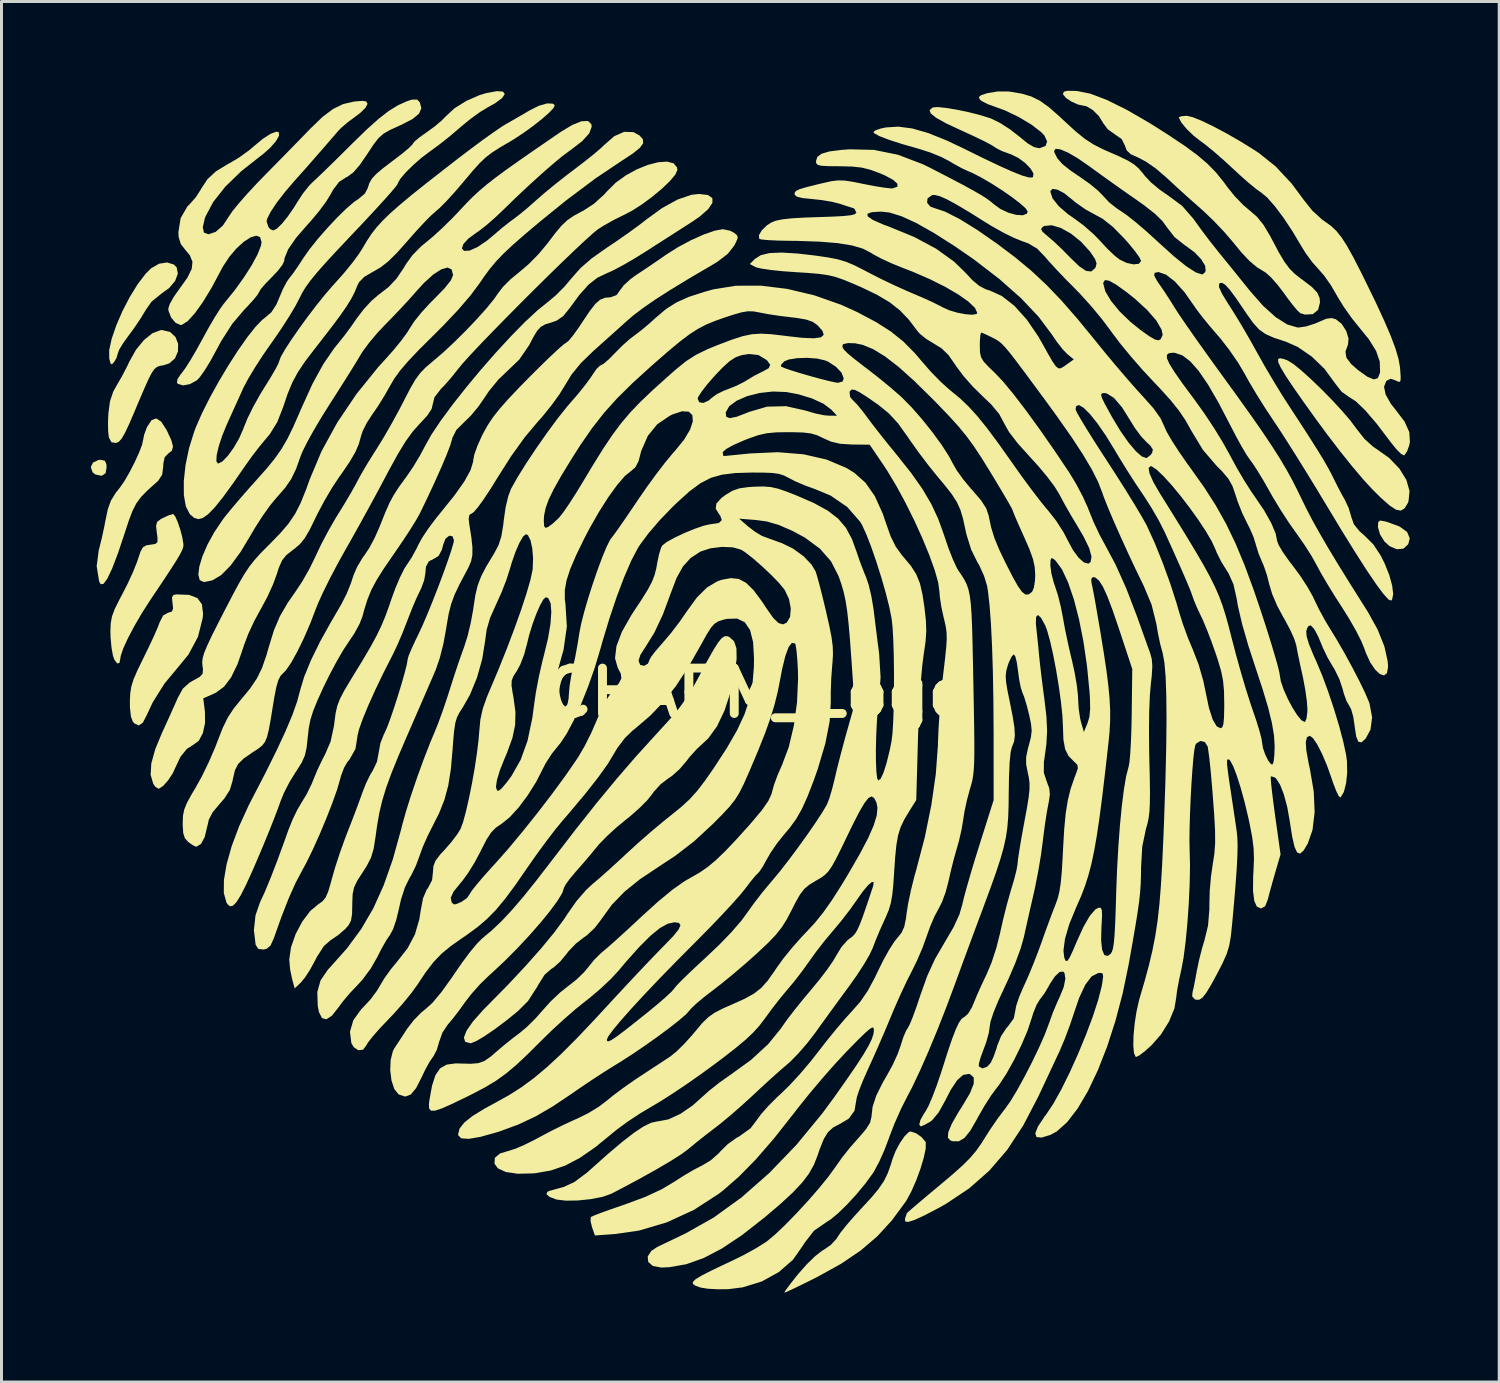
<source format=kicad_pcb>
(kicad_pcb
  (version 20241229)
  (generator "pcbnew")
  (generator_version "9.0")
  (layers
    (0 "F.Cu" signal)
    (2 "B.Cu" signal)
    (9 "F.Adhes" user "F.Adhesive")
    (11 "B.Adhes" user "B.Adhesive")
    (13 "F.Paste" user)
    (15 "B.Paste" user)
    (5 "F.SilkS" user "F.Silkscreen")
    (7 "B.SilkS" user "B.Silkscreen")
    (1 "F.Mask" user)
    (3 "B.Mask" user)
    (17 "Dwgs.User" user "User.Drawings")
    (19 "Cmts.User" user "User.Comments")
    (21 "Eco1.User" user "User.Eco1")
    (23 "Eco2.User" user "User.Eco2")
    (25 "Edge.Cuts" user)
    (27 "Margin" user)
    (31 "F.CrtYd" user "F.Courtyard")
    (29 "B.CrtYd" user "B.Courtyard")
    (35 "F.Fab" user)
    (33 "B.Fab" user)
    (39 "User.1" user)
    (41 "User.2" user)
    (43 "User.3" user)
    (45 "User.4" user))
  (footprint "CHARM_Logo"
    (layer "F.Cu")
    (at 22.416 20.23)
    (property "Reference" "CHARM_Logo" (at 0 0 0) (layer "F.SilkS") (effects (font (size 1.524 1.524) (thickness 0.3))))
    (attr board_only exclude_from_pos_files exclude_from_bom)
    (fp_poly (pts (xy -21.944 -7.802) (xy -21.891 -7.681) (xy -21.886 -7.578) (xy -21.918 -7.383) (xy -22.033 -7.304) (xy -22.063 -7.298) (xy -22.259 -7.338) (xy -22.354 -7.411) (xy -22.416 -7.586) (xy -22.341 -7.74) (xy -22.159 -7.826) (xy -22.089 -7.832)) (stroke (width 0) (type solid)) (fill yes) (layer "F.SilkS"))
    (fp_poly (pts (xy 21.053 -5.766) (xy 21.145 -5.741) (xy 21.556 -5.59) (xy 21.808 -5.406) (xy 21.896 -5.193) (xy 21.844 -4.995) (xy 21.684 -4.848) (xy 21.462 -4.828) (xy 21.219 -4.931) (xy 21.047 -5.086) (xy 20.898 -5.325) (xy 20.829 -5.563) (xy 20.828 -5.588) (xy 20.837 -5.741) (xy 20.896 -5.792)) (stroke (width 0) (type solid)) (fill yes) (layer "F.SilkS"))
    (fp_poly (pts (xy -19.626 -14.394) (xy -19.531 -14.298) (xy -19.491 -14.088) (xy -19.581 -13.844) (xy -19.78 -13.606) (xy -20.012 -13.44) (xy -20.375 -13.146) (xy -20.574 -12.859) (xy -20.744 -12.579) (xy -20.966 -12.249) (xy -21.145 -12.006) (xy -21.327 -11.755) (xy -21.456 -11.544) (xy -21.505 -11.418) (xy -21.505 -11.417) (xy -21.553 -11.253) (xy -21.622 -11.133) (xy -21.705 -11.038) (xy -21.753 -11.07) (xy -21.796 -11.236) (xy -21.797 -11.521) (xy -21.712 -11.906) (xy -21.557 -12.355) (xy -21.35 -12.833) (xy -21.105 -13.304) (xy -20.841 -13.733) (xy -20.573 -14.084) (xy -20.39 -14.266) (xy -20.125 -14.419) (xy -19.853 -14.462)) (stroke (width 0) (type solid)) (fill yes) (layer "F.SilkS"))
    (fp_poly (pts (xy -19.115 -3.295) (xy -18.836 -3.188) (xy -18.683 -2.98) (xy -18.644 -2.661) (xy -18.656 -2.519) (xy -18.815 -1.886) (xy -19.134 -1.29) (xy -19.463 -0.889) (xy -19.942 -0.312) (xy -20.336 0.317) (xy -20.534 0.741) (xy -20.667 0.999) (xy -20.802 1.092) (xy -20.948 1.026) (xy -21.002 0.969) (xy -21.067 0.796) (xy -21.1 0.493) (xy -21.103 0.279) (xy -21.091 0.017) (xy -21.055 -0.212) (xy -20.981 -0.452) (xy -20.854 -0.748) (xy -20.661 -1.145) (xy -20.645 -1.177) (xy -20.457 -1.562) (xy -20.29 -1.921) (xy -20.164 -2.21) (xy -20.103 -2.371) (xy -19.985 -2.604) (xy -19.816 -2.695) (xy -19.688 -2.737) (xy -19.651 -2.843) (xy -19.67 -3.013) (xy -19.688 -3.209) (xy -19.638 -3.292) (xy -19.532 -3.311)) (stroke (width 0) (type solid)) (fill yes) (layer "F.SilkS"))
    (fp_poly (pts (xy -19.751 -12.127) (xy -19.571 -11.958) (xy -19.482 -11.728) (xy -19.486 -11.475) (xy -19.585 -11.243) (xy -19.781 -11.07) (xy -19.981 -11.007) (xy -20.098 -10.987) (xy -20.193 -10.952) (xy -20.279 -10.881) (xy -20.369 -10.752) (xy -20.476 -10.544) (xy -20.615 -10.235) (xy -20.799 -9.805) (xy -20.934 -9.483) (xy -21.124 -9.041) (xy -21.269 -8.734) (xy -21.382 -8.54) (xy -21.477 -8.436) (xy -21.566 -8.398) (xy -21.72 -8.421) (xy -21.803 -8.572) (xy -21.81 -8.595) (xy -21.833 -8.796) (xy -21.838 -9.096) (xy -21.825 -9.387) (xy -21.771 -9.797) (xy -21.663 -10.12) (xy -21.547 -10.33) (xy -21.365 -10.645) (xy -21.182 -10.999) (xy -21.12 -11.132) (xy -20.898 -11.529) (xy -20.629 -11.857) (xy -20.342 -12.087) (xy -20.068 -12.189) (xy -20.023 -12.192)) (stroke (width 0) (type solid)) (fill yes) (layer "F.SilkS"))
    (fp_poly (pts (xy 17.664 -11.219) (xy 17.797 -11.169) (xy 17.983 -11.053) (xy 18.252 -10.835) (xy 18.577 -10.542) (xy 18.931 -10.201) (xy 19.287 -9.839) (xy 19.617 -9.482) (xy 19.895 -9.158) (xy 20.094 -8.893) (xy 20.099 -8.885) (xy 20.371 -8.538) (xy 20.669 -8.269) (xy 20.762 -8.208) (xy 21.204 -7.895) (xy 21.548 -7.537) (xy 21.781 -7.159) (xy 21.888 -6.786) (xy 21.855 -6.443) (xy 21.824 -6.367) (xy 21.719 -6.198) (xy 21.596 -6.126) (xy 21.435 -6.156) (xy 21.219 -6.297) (xy 20.927 -6.555) (xy 20.645 -6.834) (xy 20.34 -7.165) (xy 19.968 -7.604) (xy 19.553 -8.121) (xy 19.122 -8.684) (xy 18.752 -9.186) (xy 18.314 -9.798) (xy 17.972 -10.286) (xy 17.723 -10.66) (xy 17.56 -10.932) (xy 17.477 -11.113) (xy 17.471 -11.214) (xy 17.535 -11.246)) (stroke (width 0) (type solid)) (fill yes) (layer "F.SilkS"))
    (fp_poly (pts (xy -20.051 -9.115) (xy -19.871 -8.838) (xy -19.856 -8.808) (xy -19.709 -8.489) (xy -19.654 -8.278) (xy -19.691 -8.139) (xy -19.812 -8.043) (xy -19.933 -7.923) (xy -19.979 -7.704) (xy -19.981 -7.614) (xy -20.018 -7.333) (xy -20.15 -7.13) (xy -20.196 -7.088) (xy -20.502 -6.814) (xy -20.723 -6.589) (xy -20.885 -6.37) (xy -21.016 -6.114) (xy -21.143 -5.778) (xy -21.277 -5.369) (xy -21.502 -4.696) (xy -21.696 -4.187) (xy -21.858 -3.844) (xy -21.988 -3.665) (xy -22.085 -3.653) (xy -22.136 -3.747) (xy -22.218 -4.259) (xy -22.149 -4.794) (xy -22.136 -4.841) (xy -22.047 -5.197) (xy -21.96 -5.599) (xy -21.924 -5.791) (xy -21.843 -6.176) (xy -21.739 -6.462) (xy -21.582 -6.717) (xy -21.437 -6.9) (xy -21.288 -7.114) (xy -21.117 -7.41) (xy -20.946 -7.742) (xy -20.797 -8.066) (xy -20.694 -8.334) (xy -20.659 -8.494) (xy -20.623 -8.675) (xy -20.537 -8.909) (xy -20.522 -8.941) (xy -20.374 -9.165) (xy -20.218 -9.223)) (stroke (width 0) (type solid)) (fill yes) (layer "F.SilkS"))
    (fp_poly (pts (xy 5.303 14.789) (xy 5.496 14.923) (xy 5.624 15.076) (xy 5.637 15.109) (xy 5.634 15.308) (xy 5.569 15.614) (xy 5.458 15.984) (xy 5.314 16.376) (xy 5.153 16.744) (xy 4.99 17.046) (xy 4.961 17.091) (xy 4.498 17.719) (xy 4.005 18.257) (xy 3.449 18.732) (xy 2.798 19.173) (xy 2.018 19.606) (xy 1.871 19.681) (xy 1.509 19.86) (xy 1.204 20.008) (xy 0.986 20.11) (xy 0.887 20.15) (xy 0.885 20.151) (xy 0.913 20.09) (xy 1.03 19.928) (xy 1.214 19.691) (xy 1.356 19.514) (xy 1.639 19.194) (xy 1.918 18.923) (xy 2.153 18.74) (xy 2.207 18.709) (xy 2.448 18.542) (xy 2.637 18.337) (xy 2.667 18.287) (xy 2.778 18.123) (xy 2.977 17.874) (xy 3.234 17.578) (xy 3.465 17.326) (xy 3.809 16.953) (xy 4.055 16.657) (xy 4.23 16.398) (xy 4.359 16.135) (xy 4.467 15.828) (xy 4.516 15.663) (xy 4.62 15.395) (xy 4.765 15.124) (xy 4.921 14.896) (xy 5.061 14.756) (xy 5.122 14.732)) (stroke (width 0) (type solid)) (fill yes) (layer "F.SilkS"))
    (fp_poly (pts (xy -19.583 -5.937) (xy -19.498 -5.749) (xy -19.412 -5.497) (xy -19.343 -5.235) (xy -19.306 -5.012) (xy -19.304 -4.965) (xy -19.313 -4.891) (xy -19.348 -4.793) (xy -19.42 -4.653) (xy -19.539 -4.452) (xy -19.718 -4.172) (xy -19.966 -3.795) (xy -20.296 -3.302) (xy -20.42 -3.118) (xy -20.699 -2.682) (xy -20.954 -2.245) (xy -21.168 -1.839) (xy -21.326 -1.495) (xy -21.41 -1.245) (xy -21.421 -1.169) (xy -21.453 -1.008) (xy -21.528 -0.991) (xy -21.619 -1.108) (xy -21.67 -1.247) (xy -21.719 -1.515) (xy -21.751 -1.859) (xy -21.757 -2.074) (xy -21.746 -2.34) (xy -21.704 -2.57) (xy -21.612 -2.818) (xy -21.455 -3.135) (xy -21.366 -3.302) (xy -21.173 -3.68) (xy -20.996 -4.065) (xy -20.865 -4.393) (xy -20.833 -4.487) (xy -20.744 -4.753) (xy -20.661 -4.897) (xy -20.547 -4.96) (xy -20.417 -4.98) (xy -20.248 -5.005) (xy -20.176 -5.067) (xy -20.175 -5.217) (xy -20.197 -5.375) (xy -20.223 -5.61) (xy -20.189 -5.742) (xy -20.072 -5.836) (xy -19.994 -5.878) (xy -19.795 -5.969) (xy -19.657 -6.011) (xy -19.65 -6.011)) (stroke (width 0) (type solid)) (fill yes) (layer "F.SilkS"))
    (fp_poly (pts (xy 10.639 -20.226) (xy 10.732 -20.22) (xy 11.167 -20.132) (xy 11.717 -19.923) (xy 12.38 -19.595) (xy 13.153 -19.148) (xy 13.801 -18.738) (xy 14.342 -18.375) (xy 14.765 -18.064) (xy 15.102 -17.777) (xy 15.386 -17.486) (xy 15.646 -17.164) (xy 15.77 -16.993) (xy 16.016 -16.687) (xy 16.302 -16.391) (xy 16.516 -16.21) (xy 16.763 -15.996) (xy 16.98 -15.729) (xy 17.2 -15.361) (xy 17.276 -15.218) (xy 17.501 -14.794) (xy 17.684 -14.487) (xy 17.851 -14.262) (xy 18.03 -14.081) (xy 18.25 -13.909) (xy 18.305 -13.869) (xy 18.605 -13.641) (xy 18.783 -13.455) (xy 18.865 -13.277) (xy 18.881 -13.124) (xy 18.816 -12.869) (xy 18.639 -12.726) (xy 18.379 -12.711) (xy 18.221 -12.757) (xy 18.125 -12.843) (xy 17.964 -13.034) (xy 17.766 -13.295) (xy 17.687 -13.407) (xy 17.464 -13.701) (xy 17.245 -13.95) (xy 17.067 -14.113) (xy 17.027 -14.139) (xy 16.762 -14.303) (xy 16.514 -14.51) (xy 16.246 -14.793) (xy 15.937 -15.169) (xy 15.654 -15.498) (xy 15.305 -15.864) (xy 14.954 -16.199) (xy 14.879 -16.266) (xy 14.521 -16.582) (xy 14.129 -16.936) (xy 13.777 -17.261) (xy 13.716 -17.318) (xy 13.374 -17.611) (xy 13.038 -17.847) (xy 12.772 -17.986) (xy 12.518 -18.102) (xy 12.385 -18.229) (xy 12.33 -18.381) (xy 12.218 -18.608) (xy 11.987 -18.768) (xy 11.752 -18.934) (xy 11.595 -19.144) (xy 11.593 -19.151) (xy 11.448 -19.384) (xy 11.243 -19.587) (xy 11.032 -19.711) (xy 10.945 -19.727) (xy 10.75 -19.768) (xy 10.529 -19.868) (xy 10.342 -19.993) (xy 10.247 -20.11) (xy 10.245 -20.128) (xy 10.277 -20.2) (xy 10.397 -20.23)) (stroke (width 0) (type solid)) (fill yes) (layer "F.SilkS"))
    (fp_poly (pts (xy -0.959 -1.878) (xy -0.803 -1.734) (xy -0.725 -1.5) (xy -0.719 -1.15) (xy -0.763 -0.783) (xy -0.914 -0.056) (xy -1.123 0.587) (xy -1.379 1.123) (xy -1.672 1.527) (xy -1.824 1.668) (xy -2.053 1.88) (xy -2.299 2.153) (xy -2.411 2.298) (xy -2.635 2.559) (xy -2.891 2.788) (xy -3.02 2.875) (xy -3.274 3.069) (xy -3.506 3.325) (xy -3.555 3.397) (xy -3.718 3.601) (xy -3.974 3.859) (xy -4.279 4.129) (xy -4.419 4.241) (xy -4.75 4.514) (xy -5.069 4.805) (xy -5.324 5.065) (xy -5.393 5.146) (xy -5.626 5.43) (xy -5.906 5.758) (xy -6.116 5.997) (xy -6.315 6.233) (xy -6.459 6.43) (xy -6.519 6.545) (xy -6.519 6.549) (xy -6.578 6.724) (xy -6.743 6.993) (xy -6.996 7.336) (xy -7.318 7.73) (xy -7.692 8.156) (xy -8.1 8.593) (xy -8.524 9.018) (xy -8.946 9.412) (xy -9.037 9.493) (xy -9.339 9.786) (xy -9.642 10.127) (xy -9.849 10.397) (xy -10.059 10.69) (xy -10.272 10.965) (xy -10.417 11.134) (xy -10.602 11.409) (xy -10.713 11.721) (xy -10.714 11.726) (xy -10.791 11.99) (xy -10.903 12.206) (xy -10.925 12.234) (xy -11.04 12.401) (xy -11.183 12.663) (xy -11.299 12.909) (xy -11.489 13.279) (xy -11.668 13.493) (xy -11.854 13.56) (xy -12.06 13.493) (xy -12.081 13.48) (xy -12.221 13.304) (xy -12.314 13.018) (xy -12.356 12.674) (xy -12.341 12.328) (xy -12.266 12.031) (xy -12.213 11.93) (xy -12.083 11.735) (xy -11.909 11.468) (xy -11.79 11.285) (xy -11.57 10.999) (xy -11.312 10.735) (xy -11.171 10.622) (xy -10.932 10.405) (xy -10.635 10.049) (xy -10.29 9.568) (xy -10.203 9.439) (xy -9.942 9.061) (xy -9.682 8.713) (xy -9.451 8.433) (xy -9.278 8.257) (xy -9.266 8.247) (xy -8.94 7.974) (xy -8.612 7.662) (xy -8.266 7.292) (xy -7.881 6.843) (xy -7.44 6.293) (xy -6.929 5.63) (xy -6.147 4.613) (xy -5.432 3.711) (xy -4.759 2.897) (xy -4.107 2.142) (xy -3.451 1.419) (xy -3.345 1.304) (xy -2.951 0.871) (xy -2.646 0.505) (xy -2.396 0.158) (xy -2.166 -0.218) (xy -1.967 -0.583) (xy -1.702 -1.081) (xy -1.498 -1.444) (xy -1.343 -1.691) (xy -1.222 -1.839) (xy -1.122 -1.905) (xy -1.029 -1.907)) (stroke (width 0) (type solid)) (fill yes) (layer "F.SilkS"))
    (fp_poly (pts (xy -1.683 -16.728) (xy -1.534 -16.625) (xy -1.531 -16.465) (xy -1.673 -16.255) (xy -1.958 -16.005) (xy -2.224 -15.822) (xy -2.545 -15.617) (xy -2.953 -15.355) (xy -3.395 -15.072) (xy -3.776 -14.827) (xy -4.167 -14.585) (xy -4.545 -14.366) (xy -4.869 -14.194) (xy -5.097 -14.092) (xy -5.105 -14.09) (xy -5.403 -13.947) (xy -5.694 -13.716) (xy -6.002 -13.372) (xy -6.324 -12.933) (xy -6.54 -12.665) (xy -6.759 -12.511) (xy -6.937 -12.447) (xy -7.148 -12.383) (xy -7.297 -12.3) (xy -7.422 -12.164) (xy -7.557 -11.938) (xy -7.687 -11.687) (xy -8.019 -11.202) (xy -8.385 -10.851) (xy -8.719 -10.532) (xy -9.037 -10.145) (xy -9.173 -9.942) (xy -9.394 -9.621) (xy -9.65 -9.314) (xy -9.861 -9.108) (xy -10.134 -8.836) (xy -10.268 -8.569) (xy -10.28 -8.516) (xy -10.342 -8.312) (xy -10.469 -7.982) (xy -10.652 -7.552) (xy -10.878 -7.047) (xy -11.137 -6.494) (xy -11.37 -6.013) (xy -11.488 -5.804) (xy -11.68 -5.495) (xy -11.923 -5.124) (xy -12.193 -4.728) (xy -12.265 -4.624) (xy -12.584 -4.16) (xy -12.818 -3.786) (xy -12.991 -3.46) (xy -13.122 -3.139) (xy -13.233 -2.781) (xy -13.29 -2.567) (xy -13.389 -2.316) (xy -13.559 -2.004) (xy -13.748 -1.721) (xy -13.93 -1.447) (xy -14.15 -1.068) (xy -14.382 -0.635) (xy -14.593 -0.207) (xy -14.8 0.249) (xy -14.943 0.601) (xy -15.036 0.894) (xy -15.092 1.173) (xy -15.126 1.48) (xy -15.166 1.843) (xy -15.226 2.108) (xy -15.333 2.345) (xy -15.51 2.625) (xy -15.537 2.664) (xy -15.744 3.001) (xy -15.93 3.365) (xy -16.043 3.644) (xy -16.131 3.891) (xy -16.269 4.251) (xy -16.44 4.681) (xy -16.628 5.139) (xy -16.692 5.292) (xy -16.968 5.936) (xy -17.194 6.433) (xy -17.376 6.793) (xy -17.523 7.028) (xy -17.641 7.149) (xy -17.739 7.168) (xy -17.824 7.095) (xy -17.859 7.038) (xy -17.947 6.719) (xy -17.943 6.282) (xy -17.852 5.749) (xy -17.68 5.14) (xy -17.431 4.476) (xy -17.112 3.778) (xy -16.998 3.556) (xy -16.539 2.67) (xy -16.165 1.914) (xy -15.868 1.274) (xy -15.642 0.736) (xy -15.483 0.286) (xy -15.383 -0.089) (xy -15.249 -0.538) (xy -15.023 -1.091) (xy -14.717 -1.717) (xy -14.345 -2.387) (xy -14.242 -2.561) (xy -13.993 -2.99) (xy -13.815 -3.342) (xy -13.68 -3.677) (xy -13.591 -3.95) (xy -13.467 -4.238) (xy -13.286 -4.54) (xy -13.218 -4.632) (xy -13.056 -4.876) (xy -12.877 -5.213) (xy -12.717 -5.574) (xy -12.701 -5.615) (xy -12.528 -6.05) (xy -12.384 -6.378) (xy -12.239 -6.649) (xy -12.066 -6.916) (xy -11.837 -7.23) (xy -11.827 -7.243) (xy -11.585 -7.596) (xy -11.343 -7.999) (xy -11.186 -8.297) (xy -10.971 -8.681) (xy -10.654 -9.154) (xy -10.256 -9.693) (xy -9.8 -10.27) (xy -9.308 -10.862) (xy -8.8 -11.442) (xy -8.299 -11.985) (xy -7.827 -12.466) (xy -7.404 -12.858) (xy -7.074 -13.123) (xy -6.802 -13.35) (xy -6.504 -13.649) (xy -6.268 -13.928) (xy -5.965 -14.272) (xy -5.585 -14.602) (xy -5.086 -14.954) (xy -5.078 -14.959) (xy -4.687 -15.222) (xy -4.286 -15.504) (xy -3.935 -15.763) (xy -3.772 -15.891) (xy -3.22 -16.292) (xy -2.703 -16.576) (xy -2.243 -16.734) (xy -1.983 -16.764)) (stroke (width 0) (type solid)) (fill yes) (layer "F.SilkS"))
    (fp_poly (pts (xy -2.838 -17.795) (xy -2.721 -17.656) (xy -2.709 -17.57) (xy -2.777 -17.416) (xy -2.959 -17.198) (xy -3.225 -16.943) (xy -3.547 -16.675) (xy -3.894 -16.418) (xy -4.236 -16.199) (xy -4.511 -16.056) (xy -4.853 -15.888) (xy -5.202 -15.69) (xy -5.372 -15.582) (xy -5.539 -15.447) (xy -5.806 -15.207) (xy -6.153 -14.882) (xy -6.563 -14.489) (xy -7.018 -14.046) (xy -7.498 -13.572) (xy -7.987 -13.084) (xy -8.465 -12.601) (xy -8.915 -12.141) (xy -9.319 -11.723) (xy -9.657 -11.363) (xy -9.913 -11.081) (xy -10.064 -10.899) (xy -10.287 -10.618) (xy -10.517 -10.353) (xy -10.658 -10.208) (xy -10.869 -9.935) (xy -10.922 -9.723) (xy -10.966 -9.54) (xy -11.111 -9.319) (xy -11.371 -9.038) (xy -11.602 -8.779) (xy -11.836 -8.457) (xy -12.091 -8.04) (xy -12.388 -7.502) (xy -12.461 -7.364) (xy -12.737 -6.843) (xy -13.065 -6.239) (xy -13.41 -5.612) (xy -13.738 -5.027) (xy -13.861 -4.811) (xy -14.129 -4.328) (xy -14.385 -3.842) (xy -14.607 -3.393) (xy -14.777 -3.021) (xy -14.853 -2.831) (xy -15.045 -2.329) (xy -15.257 -1.841) (xy -15.473 -1.397) (xy -15.677 -1.029) (xy -15.853 -0.77) (xy -15.943 -0.675) (xy -16.04 -0.576) (xy -16.115 -0.431) (xy -16.181 -0.204) (xy -16.249 0.137) (xy -16.292 0.398) (xy -16.371 0.886) (xy -16.435 1.238) (xy -16.496 1.483) (xy -16.568 1.651) (xy -16.664 1.772) (xy -16.796 1.876) (xy -16.977 1.994) (xy -16.985 1.999) (xy -17.281 2.204) (xy -17.465 2.385) (xy -17.573 2.597) (xy -17.642 2.893) (xy -17.653 2.956) (xy -17.743 3.256) (xy -17.929 3.547) (xy -18.086 3.727) (xy -18.319 4.005) (xy -18.449 4.252) (xy -18.512 4.524) (xy -18.591 4.848) (xy -18.714 5.072) (xy -18.864 5.164) (xy -18.877 5.165) (xy -18.987 5.116) (xy -19.137 5.01) (xy -19.252 4.886) (xy -19.31 4.715) (xy -19.328 4.442) (xy -19.328 4.376) (xy -19.319 4.131) (xy -19.278 3.922) (xy -19.188 3.698) (xy -19.032 3.412) (xy -18.903 3.197) (xy -18.68 2.794) (xy -18.445 2.309) (xy -18.236 1.825) (xy -18.164 1.637) (xy -17.986 1.18) (xy -17.815 0.83) (xy -17.62 0.53) (xy -17.385 0.24) (xy -17.065 -0.147) (xy -16.835 -0.488) (xy -16.662 -0.842) (xy -16.514 -1.271) (xy -16.434 -1.551) (xy -16.261 -2.11) (xy -16.06 -2.581) (xy -15.795 -3.036) (xy -15.521 -3.429) (xy -15.299 -3.767) (xy -15.066 -4.179) (xy -14.87 -4.579) (xy -14.859 -4.604) (xy -14.677 -4.99) (xy -14.44 -5.437) (xy -14.193 -5.869) (xy -14.111 -6.001) (xy -13.89 -6.36) (xy -13.681 -6.713) (xy -13.517 -7.005) (xy -13.461 -7.112) (xy -13.329 -7.355) (xy -13.136 -7.684) (xy -12.914 -8.042) (xy -12.813 -8.199) (xy -12.576 -8.584) (xy -12.307 -9.051) (xy -12.045 -9.532) (xy -11.897 -9.818) (xy -11.685 -10.229) (xy -11.511 -10.527) (xy -11.344 -10.753) (xy -11.154 -10.948) (xy -10.91 -11.154) (xy -10.906 -11.157) (xy -10.573 -11.441) (xy -10.198 -11.792) (xy -9.81 -12.178) (xy -9.438 -12.568) (xy -9.112 -12.933) (xy -8.861 -13.242) (xy -8.736 -13.424) (xy -8.566 -13.645) (xy -8.309 -13.902) (xy -8.027 -14.133) (xy -7.711 -14.401) (xy -7.372 -14.745) (xy -7.078 -15.097) (xy -7.07 -15.107) (xy -6.804 -15.458) (xy -6.594 -15.706) (xy -6.405 -15.884) (xy -6.196 -16.027) (xy -5.93 -16.172) (xy -5.87 -16.202) (xy -5.512 -16.434) (xy -5.164 -16.75) (xy -5.066 -16.86) (xy -4.78 -17.143) (xy -4.44 -17.389) (xy -4.071 -17.591) (xy -3.701 -17.74) (xy -3.354 -17.83) (xy -3.058 -17.85)) (stroke (width 0) (type solid)) (fill yes) (layer "F.SilkS"))
    (fp_poly (pts (xy -11.447 -19.933) (xy -11.36 -19.837) (xy -11.311 -19.642) (xy -11.389 -19.461) (xy -11.606 -19.282) (xy -11.976 -19.089) (xy -12.056 -19.054) (xy -12.363 -18.914) (xy -12.579 -18.791) (xy -12.746 -18.644) (xy -12.911 -18.433) (xy -13.118 -18.12) (xy -13.125 -18.108) (xy -13.383 -17.733) (xy -13.597 -17.487) (xy -13.791 -17.344) (xy -13.842 -17.32) (xy -14.075 -17.169) (xy -14.274 -16.906) (xy -14.348 -16.77) (xy -14.51 -16.506) (xy -14.749 -16.183) (xy -15.021 -15.858) (xy -15.103 -15.769) (xy -15.517 -15.293) (xy -15.786 -14.903) (xy -15.909 -14.599) (xy -15.917 -14.514) (xy -15.975 -14.387) (xy -16.126 -14.189) (xy -16.338 -13.964) (xy -16.341 -13.962) (xy -16.552 -13.746) (xy -16.704 -13.568) (xy -16.764 -13.467) (xy -16.764 -13.465) (xy -16.82 -13.369) (xy -16.969 -13.187) (xy -17.182 -12.955) (xy -17.264 -12.871) (xy -17.661 -12.404) (xy -18.028 -11.832) (xy -18.196 -11.521) (xy -18.393 -11.16) (xy -18.588 -10.841) (xy -18.756 -10.605) (xy -18.851 -10.504) (xy -19.085 -10.375) (xy -19.316 -10.332) (xy -19.487 -10.383) (xy -19.52 -10.421) (xy -19.505 -10.537) (xy -19.397 -10.705) (xy -19.367 -10.738) (xy -19.245 -10.902) (xy -19.07 -11.177) (xy -18.866 -11.525) (xy -18.667 -11.886) (xy -18.456 -12.271) (xy -18.248 -12.626) (xy -18.069 -12.909) (xy -17.951 -13.072) (xy -17.6 -13.504) (xy -17.282 -13.944) (xy -17.014 -14.362) (xy -16.814 -14.731) (xy -16.7 -15.02) (xy -16.679 -15.145) (xy -16.727 -15.314) (xy -16.856 -15.363) (xy -17.045 -15.307) (xy -17.273 -15.16) (xy -17.519 -14.937) (xy -17.761 -14.652) (xy -17.979 -14.321) (xy -18.044 -14.2) (xy -18.356 -13.616) (xy -18.654 -13.126) (xy -18.928 -12.745) (xy -19.165 -12.487) (xy -19.355 -12.368) (xy -19.4 -12.361) (xy -19.568 -12.435) (xy -19.718 -12.614) (xy -19.805 -12.839) (xy -19.812 -12.916) (xy -19.762 -13.069) (xy -19.631 -13.302) (xy -19.446 -13.565) (xy -19.437 -13.576) (xy -19.17 -13.952) (xy -19.026 -14.245) (xy -19 -14.485) (xy -19.087 -14.7) (xy -19.211 -14.85) (xy -19.392 -15.08) (xy -19.465 -15.318) (xy -19.473 -15.481) (xy -19.398 -15.95) (xy -19.172 -16.342) (xy -19.05 -16.468) (xy -18.883 -16.66) (xy -18.725 -16.906) (xy -18.711 -16.933) (xy -18.499 -17.257) (xy -18.211 -17.524) (xy -17.804 -17.772) (xy -17.738 -17.806) (xy -17.425 -17.994) (xy -17.093 -18.234) (xy -16.933 -18.37) (xy -16.633 -18.619) (xy -16.373 -18.786) (xy -16.181 -18.856) (xy -16.098 -18.836) (xy -16.092 -18.72) (xy -16.196 -18.537) (xy -16.385 -18.319) (xy -16.633 -18.098) (xy -16.719 -18.034) (xy -17.365 -17.525) (xy -17.898 -17.007) (xy -18.301 -16.497) (xy -18.56 -16.012) (xy -18.584 -15.947) (xy -18.654 -15.644) (xy -18.614 -15.466) (xy -18.467 -15.409) (xy -18.223 -15.488) (xy -17.978 -15.703) (xy -17.775 -16.011) (xy -17.66 -16.182) (xy -17.446 -16.444) (xy -17.16 -16.77) (xy -16.823 -17.133) (xy -16.541 -17.423) (xy -16.159 -17.811) (xy -15.783 -18.194) (xy -15.444 -18.541) (xy -15.172 -18.82) (xy -15.042 -18.955) (xy -14.635 -19.349) (xy -14.278 -19.618) (xy -13.939 -19.783) (xy -13.582 -19.866) (xy -13.56 -19.869) (xy -13.301 -19.891) (xy -13.169 -19.875) (xy -13.125 -19.811) (xy -13.123 -19.78) (xy -13.189 -19.658) (xy -13.358 -19.491) (xy -13.523 -19.366) (xy -13.78 -19.175) (xy -14.004 -18.984) (xy -14.094 -18.892) (xy -14.688 -18.205) (xy -15.179 -17.644) (xy -15.549 -17.23) (xy -15.885 -16.839) (xy -16.166 -16.475) (xy -16.374 -16.163) (xy -16.491 -15.93) (xy -16.51 -15.842) (xy -16.449 -15.655) (xy -16.386 -15.581) (xy -16.287 -15.538) (xy -16.168 -15.595) (xy -15.997 -15.761) (xy -15.802 -16.001) (xy -15.591 -16.306) (xy -15.478 -16.49) (xy -15.289 -16.78) (xy -15.077 -17.045) (xy -14.957 -17.167) (xy -14.809 -17.303) (xy -14.568 -17.535) (xy -14.259 -17.836) (xy -13.909 -18.182) (xy -13.632 -18.457) (xy -13.147 -18.929) (xy -12.745 -19.289) (xy -12.401 -19.556) (xy -12.089 -19.747) (xy -11.785 -19.882) (xy -11.626 -19.934)) (stroke (width 0) (type solid)) (fill yes) (layer "F.SilkS"))
    (fp_poly (pts (xy -8.568 -20.202) (xy -8.508 -20.121) (xy -8.596 -19.987) (xy -8.832 -19.812) (xy -9.071 -19.679) (xy -9.334 -19.52) (xy -9.654 -19.289) (xy -9.968 -19.033) (xy -10.008 -18.998) (xy -10.333 -18.72) (xy -10.685 -18.44) (xy -10.992 -18.214) (xy -11.01 -18.202) (xy -11.296 -17.987) (xy -11.58 -17.739) (xy -11.831 -17.492) (xy -12.016 -17.275) (xy -12.104 -17.121) (xy -12.107 -17.099) (xy -12.164 -17.016) (xy -12.322 -16.828) (xy -12.567 -16.553) (xy -12.883 -16.207) (xy -13.255 -15.808) (xy -13.635 -15.406) (xy -14.127 -14.885) (xy -14.515 -14.465) (xy -14.813 -14.128) (xy -15.036 -13.855) (xy -15.201 -13.628) (xy -15.322 -13.429) (xy -15.4 -13.27) (xy -15.542 -12.998) (xy -15.758 -12.636) (xy -16.021 -12.229) (xy -16.302 -11.82) (xy -16.341 -11.767) (xy -16.624 -11.36) (xy -16.894 -10.944) (xy -17.121 -10.567) (xy -17.278 -10.274) (xy -17.292 -10.245) (xy -17.454 -9.885) (xy -17.647 -9.46) (xy -17.828 -9.059) (xy -17.838 -9.039) (xy -18 -8.644) (xy -18.119 -8.284) (xy -18.187 -7.988) (xy -18.198 -7.785) (xy -18.145 -7.705) (xy -18.14 -7.705) (xy -17.995 -7.776) (xy -17.811 -7.967) (xy -17.615 -8.238) (xy -17.433 -8.552) (xy -17.292 -8.872) (xy -17.279 -8.912) (xy -17.151 -9.225) (xy -16.958 -9.616) (xy -16.729 -10.025) (xy -16.591 -10.251) (xy -16.386 -10.579) (xy -16.222 -10.86) (xy -16.116 -11.062) (xy -16.087 -11.144) (xy -16.036 -11.284) (xy -15.898 -11.528) (xy -15.69 -11.849) (xy -15.433 -12.221) (xy -15.145 -12.618) (xy -14.845 -13.012) (xy -14.553 -13.376) (xy -14.287 -13.684) (xy -14.218 -13.759) (xy -13.917 -14.097) (xy -13.631 -14.447) (xy -13.4 -14.761) (xy -13.295 -14.927) (xy -13.146 -15.179) (xy -12.994 -15.41) (xy -12.823 -15.632) (xy -12.617 -15.86) (xy -12.362 -16.109) (xy -12.042 -16.392) (xy -11.643 -16.724) (xy -11.149 -17.119) (xy -10.545 -17.591) (xy -10.046 -17.978) (xy -9.631 -18.293) (xy -9.232 -18.589) (xy -8.879 -18.84) (xy -8.606 -19.026) (xy -8.48 -19.104) (xy -8.161 -19.286) (xy -7.812 -19.489) (xy -7.678 -19.569) (xy -7.36 -19.727) (xy -7.085 -19.806) (xy -6.891 -19.797) (xy -6.829 -19.748) (xy -6.865 -19.658) (xy -7.016 -19.496) (xy -7.252 -19.288) (xy -7.547 -19.054) (xy -7.872 -18.819) (xy -8.2 -18.603) (xy -8.324 -18.529) (xy -8.671 -18.325) (xy -8.932 -18.158) (xy -9.144 -17.996) (xy -9.345 -17.806) (xy -9.571 -17.556) (xy -9.86 -17.214) (xy -9.927 -17.133) (xy -10.206 -16.809) (xy -10.472 -16.518) (xy -10.694 -16.294) (xy -10.824 -16.181) (xy -10.978 -16.046) (xy -11.208 -15.814) (xy -11.484 -15.516) (xy -11.769 -15.192) (xy -12.125 -14.792) (xy -12.417 -14.503) (xy -12.676 -14.3) (xy -12.915 -14.162) (xy -13.223 -13.983) (xy -13.402 -13.802) (xy -13.464 -13.679) (xy -13.55 -13.467) (xy -13.664 -13.245) (xy -13.82 -12.992) (xy -14.033 -12.685) (xy -14.318 -12.302) (xy -14.69 -11.821) (xy -14.886 -11.57) (xy -15.217 -11.137) (xy -15.46 -10.774) (xy -15.647 -10.427) (xy -15.805 -10.044) (xy -15.952 -9.608) (xy -16.149 -9.104) (xy -16.395 -8.704) (xy -16.508 -8.568) (xy -16.747 -8.281) (xy -17.013 -7.934) (xy -17.214 -7.652) (xy -17.631 -7.05) (xy -17.971 -6.582) (xy -18.247 -6.238) (xy -18.471 -6.006) (xy -18.654 -5.877) (xy -18.808 -5.839) (xy -18.946 -5.883) (xy -19.08 -5.998) (xy -19.089 -6.007) (xy -19.222 -6.264) (xy -19.289 -6.646) (xy -19.292 -7.12) (xy -19.233 -7.656) (xy -19.115 -8.224) (xy -18.938 -8.791) (xy -18.884 -8.932) (xy -18.677 -9.404) (xy -18.414 -9.924) (xy -18.115 -10.466) (xy -17.795 -11.001) (xy -17.472 -11.503) (xy -17.163 -11.944) (xy -16.885 -12.297) (xy -16.656 -12.535) (xy -16.585 -12.589) (xy -16.349 -12.79) (xy -16.176 -13.059) (xy -16.083 -13.281) (xy -15.96 -13.571) (xy -15.829 -13.817) (xy -15.751 -13.928) (xy -15.628 -14.085) (xy -15.455 -14.333) (xy -15.279 -14.605) (xy -15.065 -14.909) (xy -14.784 -15.26) (xy -14.463 -15.626) (xy -14.134 -15.976) (xy -13.825 -16.278) (xy -13.566 -16.5) (xy -13.424 -16.595) (xy -13.208 -16.776) (xy -13.112 -16.96) (xy -13.057 -17.13) (xy -12.971 -17.278) (xy -12.828 -17.434) (xy -12.601 -17.626) (xy -12.265 -17.881) (xy -12.215 -17.919) (xy -11.943 -18.128) (xy -11.732 -18.305) (xy -11.614 -18.422) (xy -11.599 -18.45) (xy -11.534 -18.532) (xy -11.363 -18.673) (xy -11.139 -18.831) (xy -10.861 -19.033) (xy -10.614 -19.243) (xy -10.483 -19.378) (xy -10.194 -19.644) (xy -9.797 -19.892) (xy -9.35 -20.087) (xy -9.124 -20.155) (xy -8.774 -20.217)) (stroke (width 0) (type solid)) (fill yes) (layer "F.SilkS"))
    (fp_poly (pts (xy -5.601 -19.112) (xy -5.588 -19.024) (xy -5.668 -18.803) (xy -5.907 -18.538) (xy -6.3 -18.236) (xy -6.35 -18.201) (xy -6.587 -18.024) (xy -6.914 -17.752) (xy -7.303 -17.411) (xy -7.725 -17.027) (xy -8.151 -16.626) (xy -8.541 -16.246) (xy -8.837 -15.965) (xy -9.137 -15.705) (xy -9.39 -15.509) (xy -9.458 -15.464) (xy -9.731 -15.265) (xy -9.899 -15.081) (xy -9.948 -14.934) (xy -9.875 -14.852) (xy -9.69 -14.861) (xy -9.423 -14.981) (xy -9.105 -15.196) (xy -8.859 -15.401) (xy -8.596 -15.627) (xy -8.324 -15.841) (xy -8.213 -15.922) (xy -7.999 -16.084) (xy -7.722 -16.314) (xy -7.442 -16.562) (xy -7.437 -16.566) (xy -7.161 -16.806) (xy -6.802 -17.101) (xy -6.414 -17.406) (xy -6.167 -17.593) (xy -5.829 -17.851) (xy -5.521 -18.096) (xy -5.283 -18.299) (xy -5.165 -18.412) (xy -4.826 -18.706) (xy -4.496 -18.851) (xy -4.189 -18.842) (xy -3.984 -18.732) (xy -3.867 -18.601) (xy -3.859 -18.467) (xy -3.97 -18.312) (xy -4.212 -18.118) (xy -4.542 -17.902) (xy -5.454 -17.291) (xy -6.456 -16.54) (xy -7.334 -15.828) (xy -7.838 -15.403) (xy -8.234 -15.057) (xy -8.544 -14.766) (xy -8.795 -14.505) (xy -9.009 -14.249) (xy -9.212 -13.974) (xy -9.36 -13.756) (xy -9.659 -13.355) (xy -10.071 -12.875) (xy -10.576 -12.34) (xy -10.939 -11.978) (xy -11.402 -11.518) (xy -11.756 -11.144) (xy -12.022 -10.833) (xy -12.219 -10.561) (xy -12.355 -10.329) (xy -12.556 -9.974) (xy -12.785 -9.608) (xy -12.96 -9.356) (xy -13.142 -9.076) (xy -13.282 -8.796) (xy -13.336 -8.636) (xy -13.41 -8.366) (xy -13.528 -8.092) (xy -13.711 -7.778) (xy -13.978 -7.384) (xy -14.08 -7.242) (xy -14.314 -6.887) (xy -14.57 -6.452) (xy -14.803 -6.012) (xy -14.876 -5.862) (xy -15.068 -5.47) (xy -15.23 -5.196) (xy -15.39 -4.999) (xy -15.578 -4.839) (xy -15.625 -4.805) (xy -15.844 -4.633) (xy -15.988 -4.456) (xy -16.096 -4.214) (xy -16.17 -3.983) (xy -16.298 -3.635) (xy -16.484 -3.228) (xy -16.691 -2.842) (xy -16.719 -2.794) (xy -16.928 -2.409) (xy -17.125 -1.984) (xy -17.269 -1.604) (xy -17.28 -1.566) (xy -17.485 -0.97) (xy -17.701 -0.525) (xy -17.939 -0.21) (xy -18.213 -0.008) (xy -18.272 0.02) (xy -18.637 0.182) (xy -18.581 0.632) (xy -18.577 1.009) (xy -18.65 1.347) (xy -18.786 1.605) (xy -18.96 1.734) (xy -19.188 1.879) (xy -19.4 2.14) (xy -19.55 2.455) (xy -19.661 2.697) (xy -19.818 2.936) (xy -19.986 3.125) (xy -20.125 3.215) (xy -20.144 3.217) (xy -20.248 3.151) (xy -20.317 3.054) (xy -20.405 2.751) (xy -20.383 2.367) (xy -20.249 1.885) (xy -20.032 1.36) (xy -19.854 0.971) (xy -19.683 0.592) (xy -19.543 0.279) (xy -19.488 0.154) (xy -19.322 -0.146) (xy -19.099 -0.347) (xy -18.966 -0.423) (xy -18.753 -0.542) (xy -18.658 -0.646) (xy -18.647 -0.793) (xy -18.664 -0.915) (xy -18.673 -1.038) (xy -18.656 -1.177) (xy -18.603 -1.354) (xy -18.504 -1.593) (xy -18.351 -1.919) (xy -18.133 -2.353) (xy -17.932 -2.745) (xy -17.659 -3.271) (xy -17.441 -3.676) (xy -17.259 -3.99) (xy -17.091 -4.243) (xy -16.917 -4.464) (xy -16.718 -4.685) (xy -16.472 -4.934) (xy -16.417 -4.988) (xy -16.048 -5.368) (xy -15.768 -5.696) (xy -15.549 -6.021) (xy -15.363 -6.388) (xy -15.179 -6.845) (xy -15.059 -7.18) (xy -14.663 -8.123) (xy -14.133 -9.089) (xy -13.491 -10.042) (xy -12.763 -10.943) (xy -12.54 -11.188) (xy -12.25 -11.513) (xy -11.986 -11.836) (xy -11.782 -12.115) (xy -11.689 -12.267) (xy -11.543 -12.49) (xy -11.311 -12.778) (xy -11.029 -13.087) (xy -10.872 -13.244) (xy -10.528 -13.597) (xy -10.318 -13.862) (xy -10.245 -14.036) (xy -10.245 -14.039) (xy -10.294 -14.229) (xy -10.431 -14.291) (xy -10.642 -14.231) (xy -10.911 -14.057) (xy -11.222 -13.775) (xy -11.446 -13.53) (xy -11.72 -13.22) (xy -12.057 -12.858) (xy -12.395 -12.507) (xy -12.494 -12.407) (xy -12.787 -12.097) (xy -13.06 -11.772) (xy -13.272 -11.487) (xy -13.335 -11.388) (xy -13.462 -11.175) (xy -13.66 -10.853) (xy -13.909 -10.457) (xy -14.186 -10.02) (xy -14.395 -9.694) (xy -14.676 -9.246) (xy -14.933 -8.811) (xy -15.148 -8.422) (xy -15.302 -8.114) (xy -15.365 -7.959) (xy -15.521 -7.522) (xy -15.683 -7.187) (xy -15.888 -6.89) (xy -16.171 -6.567) (xy -16.391 -6.301) (xy -16.647 -5.942) (xy -16.899 -5.549) (xy -17.018 -5.346) (xy -17.386 -4.734) (xy -17.722 -4.276) (xy -18.034 -3.962) (xy -18.333 -3.782) (xy -18.622 -3.725) (xy -18.756 -3.791) (xy -18.803 -3.974) (xy -18.769 -4.25) (xy -18.664 -4.595) (xy -18.494 -4.987) (xy -18.267 -5.4) (xy -17.99 -5.813) (xy -17.917 -5.91) (xy -17.702 -6.175) (xy -17.414 -6.515) (xy -17.094 -6.882) (xy -16.85 -7.154) (xy -16.501 -7.547) (xy -16.228 -7.882) (xy -16.005 -8.201) (xy -15.806 -8.545) (xy -15.606 -8.957) (xy -15.378 -9.477) (xy -15.325 -9.6) (xy -14.963 -10.395) (xy -14.605 -11.047) (xy -14.237 -11.582) (xy -14.08 -11.775) (xy -13.902 -11.997) (xy -13.681 -12.295) (xy -13.475 -12.591) (xy -13.243 -12.895) (xy -12.983 -13.177) (xy -12.763 -13.365) (xy -12.414 -13.634) (xy -12.144 -13.921) (xy -11.895 -14.289) (xy -11.822 -14.414) (xy -11.603 -14.714) (xy -11.305 -15.016) (xy -11.14 -15.15) (xy -10.898 -15.351) (xy -10.587 -15.638) (xy -10.25 -15.97) (xy -9.98 -16.255) (xy -9.77 -16.479) (xy -9.566 -16.683) (xy -9.352 -16.88) (xy -9.109 -17.085) (xy -8.82 -17.311) (xy -8.466 -17.572) (xy -8.03 -17.881) (xy -7.495 -18.253) (xy -6.842 -18.701) (xy -6.619 -18.854) (xy -6.235 -19.085) (xy -5.929 -19.206) (xy -5.714 -19.216)) (stroke (width 0) (type solid)) (fill yes) (layer "F.SilkS"))
    (fp_poly (pts (xy -0.938 -15.529) (xy -0.799 -15.456) (xy -0.7 -15.372) (xy -0.681 -15.285) (xy -0.742 -15.138) (xy -0.804 -15.021) (xy -1.015 -14.753) (xy -1.365 -14.485) (xy -1.524 -14.388) (xy -2.295 -13.936) (xy -2.931 -13.549) (xy -3.448 -13.219) (xy -3.862 -12.933) (xy -4.19 -12.683) (xy -4.368 -12.531) (xy -4.674 -12.256) (xy -5.042 -11.926) (xy -5.409 -11.598) (xy -5.529 -11.491) (xy -5.953 -11.08) (xy -6.268 -10.692) (xy -6.477 -10.348) (xy -6.671 -10.033) (xy -6.942 -9.659) (xy -7.245 -9.284) (xy -7.408 -9.102) (xy -7.839 -8.587) (xy -8.298 -7.948) (xy -8.735 -7.26) (xy -8.985 -6.856) (xy -9.216 -6.507) (xy -9.41 -6.24) (xy -9.547 -6.079) (xy -9.594 -6.045) (xy -9.697 -5.981) (xy -9.721 -5.844) (xy -9.702 -5.685) (xy -9.63 -5.222) (xy -9.594 -4.884) (xy -9.597 -4.631) (xy -9.64 -4.422) (xy -9.727 -4.218) (xy -9.786 -4.106) (xy -10.024 -3.659) (xy -10.193 -3.303) (xy -10.309 -2.988) (xy -10.392 -2.661) (xy -10.46 -2.27) (xy -10.477 -2.159) (xy -10.568 -1.659) (xy -10.691 -1.175) (xy -10.826 -0.781) (xy -10.834 -0.762) (xy -10.94 -0.515) (xy -11.1 -0.147) (xy -11.298 0.311) (xy -11.521 0.823) (xy -11.754 1.358) (xy -11.8 1.463) (xy -12.09 2.14) (xy -12.317 2.7) (xy -12.49 3.176) (xy -12.621 3.602) (xy -12.719 4.012) (xy -12.795 4.441) (xy -12.852 4.85) (xy -12.913 5.236) (xy -13.001 5.53) (xy -13.145 5.812) (xy -13.283 6.027) (xy -13.467 6.314) (xy -13.571 6.534) (xy -13.619 6.755) (xy -13.631 7.046) (xy -13.631 7.116) (xy -13.639 7.436) (xy -13.673 7.643) (xy -13.751 7.796) (xy -13.867 7.929) (xy -14.095 8.128) (xy -14.335 8.292) (xy -14.356 8.304) (xy -14.583 8.501) (xy -14.815 8.86) (xy -14.879 8.984) (xy -15.045 9.29) (xy -15.219 9.559) (xy -15.357 9.727) (xy -15.566 9.924) (xy -15.656 9.597) (xy -15.719 9.288) (xy -15.747 8.976) (xy -15.748 8.955) (xy -15.69 8.547) (xy -15.536 8.105) (xy -15.311 7.681) (xy -15.044 7.326) (xy -14.778 7.103) (xy -14.632 7.001) (xy -14.527 6.873) (xy -14.441 6.677) (xy -14.35 6.371) (xy -14.316 6.241) (xy -14.202 5.845) (xy -14.047 5.371) (xy -13.877 4.898) (xy -13.801 4.699) (xy -13.639 4.285) (xy -13.481 3.869) (xy -13.35 3.513) (xy -13.297 3.362) (xy -13.173 3.045) (xy -13.031 2.753) (xy -12.944 2.611) (xy -12.802 2.313) (xy -12.743 2) (xy -12.687 1.688) (xy -12.568 1.386) (xy -12.551 1.355) (xy -12.471 1.181) (xy -12.361 0.889) (xy -12.234 0.519) (xy -12.102 0.109) (xy -11.977 -0.301) (xy -11.871 -0.671) (xy -11.798 -0.962) (xy -11.769 -1.136) (xy -11.769 -1.141) (xy -11.733 -1.262) (xy -11.636 -1.492) (xy -11.497 -1.791) (xy -11.426 -1.936) (xy -11.282 -2.243) (xy -11.112 -2.639) (xy -10.928 -3.09) (xy -10.743 -3.565) (xy -10.568 -4.03) (xy -10.416 -4.455) (xy -10.299 -4.805) (xy -10.229 -5.048) (xy -10.216 -5.122) (xy -10.258 -5.259) (xy -10.371 -5.284) (xy -10.491 -5.189) (xy -10.506 -5.165) (xy -10.575 -4.986) (xy -10.621 -4.81) (xy -10.731 -4.604) (xy -10.859 -4.524) (xy -11.061 -4.419) (xy -11.156 -4.239) (xy -11.175 -4.02) (xy -11.216 -3.784) (xy -11.319 -3.506) (xy -11.358 -3.428) (xy -11.475 -3.184) (xy -11.619 -2.846) (xy -11.763 -2.479) (xy -11.788 -2.413) (xy -11.94 -2.023) (xy -12.111 -1.624) (xy -12.265 -1.297) (xy -12.28 -1.27) (xy -12.582 -0.676) (xy -12.856 -0.106) (xy -13.091 0.416) (xy -13.277 0.865) (xy -13.403 1.22) (xy -13.46 1.455) (xy -13.462 1.49) (xy -13.524 1.88) (xy -13.725 2.237) (xy -13.8 2.328) (xy -13.906 2.51) (xy -14.007 2.779) (xy -14.046 2.921) (xy -14.145 3.26) (xy -14.304 3.706) (xy -14.503 4.215) (xy -14.725 4.745) (xy -14.952 5.25) (xy -15.165 5.688) (xy -15.307 5.95) (xy -15.532 6.374) (xy -15.766 6.897) (xy -16.018 7.542) (xy -16.272 8.255) (xy -16.379 8.488) (xy -16.51 8.597) (xy -16.608 8.619) (xy -16.787 8.601) (xy -16.875 8.465) (xy -16.879 8.45) (xy -16.936 7.971) (xy -16.881 7.465) (xy -16.733 7.039) (xy -16.574 6.696) (xy -16.375 6.216) (xy -16.146 5.623) (xy -15.897 4.942) (xy -15.781 4.614) (xy -15.64 4.262) (xy -15.476 3.921) (xy -15.335 3.683) (xy -15.157 3.389) (xy -14.991 3.047) (xy -14.941 2.921) (xy -14.804 2.59) (xy -14.631 2.227) (xy -14.544 2.062) (xy -14.359 1.632) (xy -14.248 1.118) (xy -14.229 0.974) (xy -14.19 0.677) (xy -14.135 0.435) (xy -14.046 0.201) (xy -13.905 -0.07) (xy -13.694 -0.425) (xy -13.625 -0.538) (xy -13.287 -1.09) (xy -13.025 -1.536) (xy -12.821 -1.909) (xy -12.659 -2.244) (xy -12.52 -2.575) (xy -12.389 -2.938) (xy -12.324 -3.13) (xy -12.182 -3.521) (xy -12.028 -3.884) (xy -11.887 -4.166) (xy -11.815 -4.278) (xy -11.639 -4.545) (xy -11.466 -4.862) (xy -11.413 -4.976) (xy -11.281 -5.216) (xy -11.07 -5.532) (xy -10.815 -5.872) (xy -10.667 -6.054) (xy -10.202 -6.631) (xy -9.866 -7.106) (xy -9.657 -7.485) (xy -9.57 -7.773) (xy -9.567 -7.824) (xy -9.529 -8.016) (xy -9.426 -8.303) (xy -9.279 -8.631) (xy -9.226 -8.736) (xy -9.076 -9.004) (xy -8.903 -9.263) (xy -8.685 -9.54) (xy -8.402 -9.861) (xy -8.031 -10.253) (xy -7.711 -10.58) (xy -7.345 -10.945) (xy -7.017 -11.265) (xy -6.744 -11.521) (xy -6.548 -11.694) (xy -6.447 -11.768) (xy -6.441 -11.769) (xy -6.358 -11.836) (xy -6.21 -12.016) (xy -6.021 -12.279) (xy -5.89 -12.477) (xy -5.649 -12.836) (xy -5.464 -13.073) (xy -5.305 -13.211) (xy -5.143 -13.276) (xy -4.951 -13.293) (xy -4.951 -13.293) (xy -4.75 -13.369) (xy -4.639 -13.525) (xy -4.507 -13.7) (xy -4.284 -13.903) (xy -4.106 -14.033) (xy -3.825 -14.219) (xy -3.476 -14.455) (xy -3.129 -14.695) (xy -3.09 -14.722) (xy -2.689 -14.976) (xy -2.256 -15.208) (xy -1.833 -15.398) (xy -1.462 -15.528) (xy -1.185 -15.579) (xy -1.174 -15.579)) (stroke (width 0) (type solid)) (fill yes) (layer "F.SilkS"))
    (fp_poly (pts (xy 8.456 -20.202) (xy 8.853 -20.135) (xy 9.176 -20.041) (xy 9.468 -19.897) (xy 9.77 -19.681) (xy 10.125 -19.37) (xy 10.286 -19.219) (xy 10.663 -18.873) (xy 10.973 -18.621) (xy 11.263 -18.431) (xy 11.579 -18.27) (xy 11.726 -18.205) (xy 12.136 -18.026) (xy 12.425 -17.886) (xy 12.63 -17.759) (xy 12.787 -17.623) (xy 12.933 -17.453) (xy 12.998 -17.368) (xy 13.202 -17.152) (xy 13.491 -16.911) (xy 13.779 -16.712) (xy 14.248 -16.364) (xy 14.627 -15.93) (xy 14.664 -15.877) (xy 14.894 -15.559) (xy 15.177 -15.184) (xy 15.46 -14.827) (xy 15.502 -14.774) (xy 15.787 -14.425) (xy 16.117 -14.016) (xy 16.436 -13.621) (xy 16.524 -13.511) (xy 16.969 -13.005) (xy 17.392 -12.624) (xy 17.78 -12.379) (xy 18.12 -12.279) (xy 18.168 -12.277) (xy 18.419 -12.315) (xy 18.718 -12.411) (xy 18.833 -12.461) (xy 19.092 -12.571) (xy 19.273 -12.595) (xy 19.414 -12.554) (xy 19.607 -12.4) (xy 19.759 -12.165) (xy 19.839 -11.912) (xy 19.821 -11.702) (xy 19.816 -11.691) (xy 19.735 -11.465) (xy 19.768 -11.262) (xy 19.929 -11.048) (xy 20.166 -10.841) (xy 20.474 -10.622) (xy 20.689 -10.533) (xy 20.824 -10.576) (xy 20.893 -10.748) (xy 20.899 -10.794) (xy 20.887 -11.137) (xy 20.764 -11.492) (xy 20.518 -11.887) (xy 20.232 -12.238) (xy 19.954 -12.583) (xy 19.683 -12.965) (xy 19.468 -13.313) (xy 19.433 -13.377) (xy 19.242 -13.705) (xy 19.022 -14.017) (xy 18.841 -14.224) (xy 18.622 -14.47) (xy 18.394 -14.783) (xy 18.268 -14.986) (xy 17.962 -15.5) (xy 17.653 -15.966) (xy 17.36 -16.356) (xy 17.104 -16.646) (xy 16.916 -16.802) (xy 16.738 -16.929) (xy 16.479 -17.141) (xy 16.179 -17.406) (xy 15.96 -17.61) (xy 15.635 -17.909) (xy 15.307 -18.194) (xy 15.023 -18.425) (xy 14.886 -18.525) (xy 14.632 -18.724) (xy 14.399 -18.949) (xy 14.223 -19.161) (xy 14.141 -19.32) (xy 14.139 -19.338) (xy 14.213 -19.373) (xy 14.393 -19.389) (xy 14.409 -19.389) (xy 14.602 -19.344) (xy 14.907 -19.221) (xy 15.296 -19.034) (xy 15.739 -18.799) (xy 16.208 -18.529) (xy 16.675 -18.24) (xy 16.822 -18.143) (xy 17.387 -17.692) (xy 17.93 -17.11) (xy 18.33 -16.57) (xy 18.623 -16.203) (xy 18.958 -15.898) (xy 19.058 -15.828) (xy 19.254 -15.688) (xy 19.429 -15.523) (xy 19.601 -15.309) (xy 19.786 -15.022) (xy 19.999 -14.639) (xy 20.257 -14.135) (xy 20.381 -13.885) (xy 20.748 -13.132) (xy 21.037 -12.508) (xy 21.256 -11.997) (xy 21.413 -11.579) (xy 21.514 -11.238) (xy 21.566 -10.956) (xy 21.572 -10.892) (xy 21.591 -10.617) (xy 21.584 -10.479) (xy 21.539 -10.446) (xy 21.444 -10.486) (xy 21.422 -10.498) (xy 21.253 -10.556) (xy 21.123 -10.491) (xy 21.104 -10.472) (xy 21.031 -10.286) (xy 21.086 -10.024) (xy 21.263 -9.711) (xy 21.425 -9.507) (xy 21.724 -9.112) (xy 21.88 -8.763) (xy 21.901 -8.434) (xy 21.88 -8.326) (xy 21.805 -8.115) (xy 21.719 -7.991) (xy 21.702 -7.981) (xy 21.607 -8.029) (xy 21.45 -8.184) (xy 21.263 -8.415) (xy 21.244 -8.441) (xy 20.785 -9.045) (xy 20.397 -9.498) (xy 20.081 -9.8) (xy 19.86 -9.941) (xy 19.605 -10.121) (xy 19.372 -10.421) (xy 19.363 -10.435) (xy 19.028 -10.892) (xy 18.602 -11.302) (xy 18.133 -11.624) (xy 17.73 -11.802) (xy 17.335 -11.931) (xy 17.052 -12.056) (xy 16.834 -12.211) (xy 16.634 -12.432) (xy 16.404 -12.754) (xy 16.341 -12.849) (xy 16.06 -13.261) (xy 15.851 -13.543) (xy 15.699 -13.71) (xy 15.591 -13.779) (xy 15.51 -13.764) (xy 15.493 -13.749) (xy 15.487 -13.639) (xy 15.585 -13.418) (xy 15.792 -13.079) (xy 15.823 -13.033) (xy 16.037 -12.694) (xy 16.295 -12.266) (xy 16.559 -11.808) (xy 16.751 -11.463) (xy 17.014 -10.995) (xy 17.317 -10.481) (xy 17.615 -9.994) (xy 17.797 -9.71) (xy 18.21 -9.078) (xy 18.54 -8.567) (xy 18.8 -8.156) (xy 19.001 -7.827) (xy 19.155 -7.56) (xy 19.274 -7.335) (xy 19.329 -7.223) (xy 19.48 -6.919) (xy 19.635 -6.628) (xy 19.707 -6.504) (xy 19.839 -6.223) (xy 19.929 -5.927) (xy 19.931 -5.914) (xy 20.015 -5.673) (xy 20.196 -5.445) (xy 20.378 -5.284) (xy 20.67 -4.993) (xy 20.915 -4.624) (xy 21.053 -4.349) (xy 21.208 -3.961) (xy 21.305 -3.607) (xy 21.339 -3.321) (xy 21.303 -3.138) (xy 21.268 -3.101) (xy 21.177 -3.143) (xy 21.008 -3.33) (xy 20.764 -3.659) (xy 20.448 -4.125) (xy 20.063 -4.726) (xy 19.61 -5.456) (xy 19.147 -6.223) (xy 18.792 -6.811) (xy 18.43 -7.403) (xy 18.079 -7.968) (xy 17.759 -8.475) (xy 17.489 -8.893) (xy 17.318 -9.148) (xy 17.04 -9.568) (xy 16.758 -10.016) (xy 16.509 -10.435) (xy 16.354 -10.715) (xy 16.128 -11.097) (xy 15.834 -11.523) (xy 15.527 -11.918) (xy 15.437 -12.023) (xy 15.165 -12.338) (xy 14.911 -12.65) (xy 14.715 -12.91) (xy 14.652 -13.003) (xy 14.323 -13.47) (xy 14.003 -13.825) (xy 13.709 -14.053) (xy 13.457 -14.139) (xy 13.443 -14.139) (xy 13.323 -14.113) (xy 13.311 -14.021) (xy 13.409 -13.838) (xy 13.5 -13.707) (xy 13.656 -13.48) (xy 13.851 -13.179) (xy 14.015 -12.916) (xy 14.154 -12.702) (xy 14.375 -12.379) (xy 14.658 -11.973) (xy 14.986 -11.511) (xy 15.338 -11.02) (xy 15.529 -10.757) (xy 16.081 -9.995) (xy 16.544 -9.348) (xy 16.929 -8.797) (xy 17.248 -8.322) (xy 17.516 -7.903) (xy 17.743 -7.522) (xy 17.944 -7.158) (xy 18.129 -6.793) (xy 18.241 -6.561) (xy 18.427 -6.181) (xy 18.637 -5.779) (xy 18.884 -5.337) (xy 19.178 -4.833) (xy 19.532 -4.249) (xy 19.956 -3.566) (xy 20.463 -2.762) (xy 20.496 -2.709) (xy 20.819 -2.126) (xy 21.044 -1.562) (xy 21.156 -1.054) (xy 21.167 -0.874) (xy 21.13 -0.664) (xy 21.033 -0.588) (xy 20.895 -0.633) (xy 20.734 -0.783) (xy 20.57 -1.023) (xy 20.423 -1.34) (xy 20.373 -1.484) (xy 20.265 -1.746) (xy 20.085 -2.1) (xy 19.858 -2.496) (xy 19.627 -2.866) (xy 19.369 -3.266) (xy 19.121 -3.671) (xy 18.91 -4.031) (xy 18.778 -4.276) (xy 18.6 -4.596) (xy 18.361 -4.972) (xy 18.111 -5.331) (xy 18.077 -5.376) (xy 17.834 -5.722) (xy 17.557 -6.148) (xy 17.293 -6.584) (xy 17.186 -6.773) (xy 16.981 -7.134) (xy 16.781 -7.463) (xy 16.615 -7.717) (xy 16.535 -7.824) (xy 16.416 -7.997) (xy 16.246 -8.282) (xy 16.05 -8.639) (xy 15.858 -9.01) (xy 15.466 -9.762) (xy 15.117 -10.362) (xy 14.804 -10.819) (xy 14.52 -11.142) (xy 14.256 -11.341) (xy 14.006 -11.426) (xy 13.936 -11.43) (xy 13.803 -11.414) (xy 13.735 -11.356) (xy 13.739 -11.241) (xy 13.822 -11.055) (xy 13.99 -10.784) (xy 14.249 -10.413) (xy 14.608 -9.928) (xy 14.681 -9.83) (xy 14.998 -9.386) (xy 15.324 -8.894) (xy 15.618 -8.414) (xy 15.843 -8.009) (xy 16.07 -7.588) (xy 16.324 -7.154) (xy 16.567 -6.772) (xy 16.689 -6.596) (xy 17.001 -6.136) (xy 17.24 -5.713) (xy 17.391 -5.355) (xy 17.439 -5.112) (xy 17.491 -4.97) (xy 17.628 -4.738) (xy 17.827 -4.455) (xy 17.95 -4.295) (xy 18.207 -3.948) (xy 18.449 -3.579) (xy 18.633 -3.253) (xy 18.676 -3.162) (xy 18.851 -2.801) (xy 19.064 -2.412) (xy 19.191 -2.201) (xy 19.44 -1.796) (xy 19.705 -1.336) (xy 19.966 -0.857) (xy 20.203 -0.4) (xy 20.396 -0.001) (xy 20.525 0.302) (xy 20.545 0.359) (xy 20.631 0.822) (xy 20.576 1.234) (xy 20.416 1.531) (xy 20.276 1.659) (xy 20.172 1.642) (xy 20.098 1.471) (xy 20.047 1.14) (xy 20.043 1.097) (xy 19.997 0.796) (xy 19.927 0.55) (xy 19.867 0.437) (xy 19.771 0.271) (xy 19.679 0.014) (xy 19.645 -0.117) (xy 19.535 -0.453) (xy 19.371 -0.79) (xy 19.317 -0.877) (xy 19.136 -1.186) (xy 18.973 -1.525) (xy 18.937 -1.616) (xy 18.825 -1.883) (xy 18.71 -2.105) (xy 18.669 -2.166) (xy 18.566 -2.273) (xy 18.492 -2.243) (xy 18.462 -2.202) (xy 18.418 -2.079) (xy 18.431 -1.903) (xy 18.507 -1.649) (xy 18.653 -1.289) (xy 18.763 -1.044) (xy 18.957 -0.58) (xy 19.157 -0.04) (xy 19.349 0.535) (xy 19.521 1.104) (xy 19.66 1.627) (xy 19.754 2.063) (xy 19.786 2.293) (xy 19.794 2.681) (xy 19.756 3.04) (xy 19.681 3.328) (xy 19.578 3.499) (xy 19.56 3.512) (xy 19.505 3.458) (xy 19.417 3.275) (xy 19.312 2.997) (xy 19.265 2.857) (xy 19.113 2.43) (xy 18.949 2.045) (xy 18.789 1.732) (xy 18.647 1.52) (xy 18.539 1.439) (xy 18.536 1.439) (xy 18.441 1.489) (xy 18.403 1.649) (xy 18.421 1.932) (xy 18.497 2.355) (xy 18.541 2.553) (xy 18.671 3.317) (xy 18.7 4.007) (xy 18.629 4.601) (xy 18.47 5.059) (xy 18.329 5.295) (xy 18.212 5.398) (xy 18.113 5.361) (xy 18.026 5.176) (xy 17.947 4.836) (xy 17.868 4.335) (xy 17.864 4.305) (xy 17.779 3.829) (xy 17.666 3.409) (xy 17.537 3.079) (xy 17.403 2.873) (xy 17.361 2.839) (xy 17.249 2.802) (xy 17.227 2.811) (xy 17.226 2.902) (xy 17.247 3.131) (xy 17.286 3.468) (xy 17.34 3.885) (xy 17.374 4.134) (xy 17.555 5.422) (xy 17.376 6.034) (xy 17.277 6.382) (xy 17.187 6.707) (xy 17.126 6.94) (xy 17.126 6.943) (xy 17.038 7.163) (xy 16.908 7.239) (xy 16.894 7.239) (xy 16.758 7.177) (xy 16.671 6.983) (xy 16.63 6.648) (xy 16.635 6.163) (xy 16.646 5.969) (xy 16.662 5.574) (xy 16.65 5.223) (xy 16.604 4.853) (xy 16.518 4.402) (xy 16.481 4.229) (xy 16.352 3.684) (xy 16.216 3.189) (xy 16.084 2.772) (xy 15.962 2.457) (xy 15.86 2.272) (xy 15.827 2.24) (xy 15.782 2.226) (xy 15.758 2.266) (xy 15.757 2.385) (xy 15.781 2.606) (xy 15.829 2.953) (xy 15.883 3.308) (xy 15.947 3.737) (xy 16.011 4.161) (xy 16.063 4.515) (xy 16.083 4.657) (xy 16.104 4.87) (xy 16.112 5.134) (xy 16.105 5.47) (xy 16.083 5.897) (xy 16.044 6.435) (xy 15.988 7.106) (xy 15.928 7.764) (xy 15.884 8.181) (xy 15.829 8.494) (xy 15.745 8.769) (xy 15.612 9.069) (xy 15.443 9.398) (xy 15.223 9.804) (xy 15.057 10.078) (xy 14.929 10.239) (xy 14.821 10.308) (xy 14.714 10.307) (xy 14.681 10.295) (xy 14.585 10.193) (xy 14.598 10.053) (xy 14.642 9.867) (xy 14.697 9.585) (xy 14.738 9.356) (xy 14.815 8.983) (xy 14.922 8.564) (xy 14.998 8.312) (xy 15.119 7.816) (xy 15.164 7.268) (xy 15.164 7.085) (xy 15.176 6.643) (xy 15.218 6.161) (xy 15.277 5.755) (xy 15.332 5.399) (xy 15.358 5.034) (xy 15.355 4.61) (xy 15.324 4.072) (xy 15.324 4.062) (xy 15.265 3.282) (xy 15.21 2.649) (xy 15.16 2.169) (xy 15.116 1.85) (xy 15.106 1.799) (xy 15.012 1.648) (xy 14.861 1.613) (xy 14.722 1.7) (xy 14.691 1.757) (xy 14.659 1.912) (xy 14.625 2.204) (xy 14.592 2.599) (xy 14.561 3.064) (xy 14.534 3.565) (xy 14.513 4.07) (xy 14.499 4.545) (xy 14.494 4.958) (xy 14.5 5.275) (xy 14.501 5.292) (xy 14.513 5.805) (xy 14.502 6.411) (xy 14.472 7.065) (xy 14.426 7.725) (xy 14.367 8.345) (xy 14.298 8.884) (xy 14.221 9.297) (xy 14.221 9.299) (xy 14.144 9.649) (xy 14.086 9.957) (xy 14.056 10.169) (xy 14.055 10.206) (xy 13.989 10.601) (xy 13.808 11.04) (xy 13.537 11.475) (xy 13.226 11.83) (xy 12.997 12.037) (xy 12.809 12.179) (xy 12.699 12.23) (xy 12.69 12.228) (xy 12.632 12.105) (xy 12.608 11.854) (xy 12.616 11.513) (xy 12.652 11.12) (xy 12.714 10.712) (xy 12.8 10.328) (xy 12.827 10.233) (xy 12.997 9.651) (xy 13.138 9.129) (xy 13.253 8.641) (xy 13.347 8.159) (xy 13.423 7.658) (xy 13.484 7.112) (xy 13.534 6.493) (xy 13.577 5.775) (xy 13.616 4.932) (xy 13.642 4.276) (xy 13.686 2.993) (xy 13.713 1.868) (xy 13.724 0.902) (xy 13.717 0.097) (xy 13.694 -0.544) (xy 13.653 -1.022) (xy 13.596 -1.332) (xy 13.59 -1.355) (xy 13.512 -1.644) (xy 13.434 -2.014) (xy 13.381 -2.328) (xy 13.222 -2.967) (xy 12.958 -3.598) (xy 12.698 -4.133) (xy 12.434 -4.695) (xy 12.18 -5.253) (xy 11.949 -5.774) (xy 11.757 -6.228) (xy 11.617 -6.581) (xy 11.564 -6.734) (xy 11.424 -7.094) (xy 11.21 -7.516) (xy 10.914 -8.015) (xy 10.528 -8.603) (xy 10.042 -9.295) (xy 9.875 -9.525) (xy 10.668 -9.525) (xy 10.713 -9.423) (xy 10.838 -9.202) (xy 11.031 -8.883) (xy 11.278 -8.488) (xy 11.566 -8.039) (xy 11.725 -7.795) (xy 12.051 -7.291) (xy 12.363 -6.798) (xy 12.643 -6.344) (xy 12.872 -5.961) (xy 13.032 -5.678) (xy 13.067 -5.61) (xy 13.324 -5.047) (xy 13.592 -4.383) (xy 13.847 -3.682) (xy 14.064 -3.008) (xy 14.136 -2.754) (xy 14.271 -2.322) (xy 14.444 -1.848) (xy 14.61 -1.453) (xy 14.801 -0.96) (xy 14.962 -0.399) (xy 15.032 -0.061) (xy 15.149 0.501) (xy 15.275 0.894) (xy 15.411 1.122) (xy 15.539 1.185) (xy 15.597 1.155) (xy 15.635 1.048) (xy 15.655 0.834) (xy 15.663 0.487) (xy 15.663 0.355) (xy 15.655 -0.071) (xy 15.623 -0.414) (xy 15.556 -0.745) (xy 15.44 -1.135) (xy 15.379 -1.317) (xy 15.235 -1.725) (xy 15.081 -2.124) (xy 14.943 -2.455) (xy 14.882 -2.582) (xy 14.75 -2.861) (xy 14.645 -3.111) (xy 14.609 -3.217) (xy 14.532 -3.429) (xy 14.382 -3.792) (xy 14.157 -4.307) (xy 13.858 -4.974) (xy 13.662 -5.405) (xy 13.473 -5.779) (xy 13.227 -6.206) (xy 12.974 -6.605) (xy 12.926 -6.675) (xy 12.682 -7.038) (xy 12.399 -7.479) (xy 12.352 -7.556) (xy 13.122 -7.556) (xy 13.154 -7.373) (xy 13.28 -7.088) (xy 13.489 -6.725) (xy 13.969 -5.954) (xy 14.368 -5.307) (xy 14.696 -4.764) (xy 14.963 -4.307) (xy 15.177 -3.916) (xy 15.349 -3.571) (xy 15.488 -3.253) (xy 15.604 -2.942) (xy 15.706 -2.62) (xy 15.804 -2.268) (xy 15.907 -1.865) (xy 15.919 -1.819) (xy 16.065 -1.261) (xy 16.228 -0.677) (xy 16.393 -0.121) (xy 16.543 0.35) (xy 16.606 0.536) (xy 16.738 0.922) (xy 16.844 1.266) (xy 16.913 1.528) (xy 16.933 1.655) (xy 16.964 1.849) (xy 17.04 2.07) (xy 17.138 2.268) (xy 17.233 2.391) (xy 17.286 2.404) (xy 17.322 2.304) (xy 17.347 2.082) (xy 17.357 1.794) (xy 17.335 1.429) (xy 17.263 1.001) (xy 17.137 0.487) (xy 16.949 -0.138) (xy 16.757 -0.72) (xy 16.474 -1.586) (xy 16.264 -2.314) (xy 16.124 -2.915) (xy 16.079 -3.175) (xy 15.973 -3.65) (xy 15.806 -4.022) (xy 15.74 -4.123) (xy 15.561 -4.413) (xy 15.409 -4.718) (xy 15.37 -4.819) (xy 15.244 -5.092) (xy 15.045 -5.434) (xy 14.791 -5.818) (xy 14.502 -6.221) (xy 14.199 -6.616) (xy 13.9 -6.978) (xy 13.625 -7.281) (xy 13.394 -7.501) (xy 13.228 -7.612) (xy 13.189 -7.62) (xy 13.122 -7.556) (xy 12.352 -7.556) (xy 12.121 -7.93) (xy 11.983 -8.163) (xy 11.683 -8.65) (xy 11.402 -9.056) (xy 11.151 -9.37) (xy 10.941 -9.579) (xy 10.783 -9.672) (xy 10.69 -9.638) (xy 10.668 -9.525) (xy 9.875 -9.525) (xy 9.659 -9.822) (xy 9.512 -10.021) (xy 11.526 -10.021) (xy 11.553 -9.915) (xy 11.644 -9.724) (xy 11.809 -9.422) (xy 11.905 -9.25) (xy 12.176 -8.8) (xy 12.443 -8.419) (xy 12.688 -8.127) (xy 12.894 -7.945) (xy 13.045 -7.892) (xy 13.059 -7.895) (xy 13.182 -7.988) (xy 13.239 -8.062) (xy 13.265 -8.178) (xy 13.178 -8.312) (xy 13.058 -8.421) (xy 12.871 -8.619) (xy 12.663 -8.899) (xy 12.522 -9.127) (xy 12.227 -9.598) (xy 11.959 -9.911) (xy 11.721 -10.061) (xy 11.632 -10.075) (xy 11.555 -10.066) (xy 11.526 -10.021) (xy 9.512 -10.021) (xy 9.244 -10.384) (xy 8.916 -10.827) (xy 8.662 -11.165) (xy 8.468 -11.416) (xy 8.319 -11.595) (xy 8.204 -11.718) (xy 8.107 -11.802) (xy 8.016 -11.863) (xy 7.917 -11.916) (xy 7.874 -11.938) (xy 7.662 -12.041) (xy 7.521 -12.101) (xy 7.496 -12.107) (xy 7.471 -12.031) (xy 7.454 -11.835) (xy 7.451 -11.668) (xy 7.457 -11.445) (xy 7.492 -11.281) (xy 7.582 -11.131) (xy 7.753 -10.948) (xy 7.952 -10.758) (xy 8.228 -10.467) (xy 8.578 -10.045) (xy 8.99 -9.507) (xy 9.453 -8.871) (xy 9.955 -8.15) (xy 10.454 -7.408) (xy 10.686 -7.025) (xy 10.908 -6.606) (xy 11.08 -6.227) (xy 11.114 -6.137) (xy 11.275 -5.74) (xy 11.475 -5.315) (xy 11.635 -5.019) (xy 12.013 -4.311) (xy 12.377 -3.5) (xy 12.739 -2.554) (xy 12.759 -2.498) (xy 12.898 -2.108) (xy 13.028 -1.744) (xy 13.131 -1.457) (xy 13.174 -1.339) (xy 13.229 -1.138) (xy 13.247 -0.904) (xy 13.229 -0.588) (xy 13.195 -0.281) (xy 13.163 0.105) (xy 13.142 0.628) (xy 13.135 1.256) (xy 13.141 1.955) (xy 13.147 2.26) (xy 13.162 2.873) (xy 13.168 3.345) (xy 13.164 3.704) (xy 13.15 3.979) (xy 13.124 4.198) (xy 13.084 4.39) (xy 13.031 4.575) (xy 12.908 5.165) (xy 12.868 5.871) (xy 12.865 6.168) (xy 12.855 6.439) (xy 12.836 6.711) (xy 12.803 7.012) (xy 12.753 7.369) (xy 12.682 7.808) (xy 12.588 8.358) (xy 12.466 9.044) (xy 12.455 9.108) (xy 12.253 10.087) (xy 12.007 11.019) (xy 11.726 11.888) (xy 11.416 12.678) (xy 11.085 13.374) (xy 10.74 13.959) (xy 10.388 14.417) (xy 10.037 14.732) (xy 9.824 14.848) (xy 9.525 14.938) (xy 9.355 14.92) (xy 9.315 14.795) (xy 9.404 14.567) (xy 9.622 14.237) (xy 9.686 14.153) (xy 9.922 13.8) (xy 10.189 13.321) (xy 10.47 12.753) (xy 10.75 12.132) (xy 11.013 11.496) (xy 11.244 10.88) (xy 11.426 10.323) (xy 11.545 9.86) (xy 11.565 9.75) (xy 11.595 9.524) (xy 11.576 9.422) (xy 11.492 9.404) (xy 11.424 9.412) (xy 11.207 9.524) (xy 10.997 9.8) (xy 10.79 10.24) (xy 10.62 10.738) (xy 10.477 11.165) (xy 10.306 11.622) (xy 10.139 12.017) (xy 10.118 12.062) (xy 9.963 12.394) (xy 9.765 12.817) (xy 9.553 13.268) (xy 9.413 13.567) (xy 8.909 14.533) (xy 8.369 15.353) (xy 7.771 16.049) (xy 7.095 16.644) (xy 6.322 17.16) (xy 6.086 17.293) (xy 5.61 17.543) (xy 5.266 17.702) (xy 5.046 17.771) (xy 4.94 17.754) (xy 4.941 17.653) (xy 4.944 17.646) (xy 4.989 17.516) (xy 4.995 17.485) (xy 5.057 17.425) (xy 5.228 17.276) (xy 5.488 17.055) (xy 5.814 16.781) (xy 6.102 16.541) (xy 6.543 16.169) (xy 6.876 15.871) (xy 7.129 15.618) (xy 7.328 15.383) (xy 7.502 15.135) (xy 7.59 14.995) (xy 7.814 14.644) (xy 8.056 14.293) (xy 8.268 14.011) (xy 8.295 13.978) (xy 8.477 13.722) (xy 8.702 13.35) (xy 8.95 12.9) (xy 9.202 12.411) (xy 9.437 11.923) (xy 9.634 11.476) (xy 9.773 11.108) (xy 9.779 11.091) (xy 9.906 10.739) (xy 10.059 10.376) (xy 10.129 10.226) (xy 10.268 9.888) (xy 10.326 9.604) (xy 10.297 9.411) (xy 10.251 9.36) (xy 10.131 9.376) (xy 9.975 9.523) (xy 9.809 9.772) (xy 9.767 9.851) (xy 9.624 10.092) (xy 9.472 10.293) (xy 9.362 10.472) (xy 9.249 10.746) (xy 9.187 10.948) (xy 9.053 11.351) (xy 8.85 11.828) (xy 8.605 12.325) (xy 8.346 12.79) (xy 8.099 13.167) (xy 8.009 13.283) (xy 7.824 13.534) (xy 7.607 13.874) (xy 7.398 14.238) (xy 7.356 14.317) (xy 7.132 14.707) (xy 6.935 14.951) (xy 6.745 15.063) (xy 6.543 15.061) (xy 6.468 15.037) (xy 6.379 14.943) (xy 6.391 14.761) (xy 6.507 14.48) (xy 6.731 14.088) (xy 6.87 13.87) (xy 7.121 13.446) (xy 7.247 13.13) (xy 7.248 12.919) (xy 7.126 12.81) (xy 7.085 12.799) (xy 6.895 12.831) (xy 6.695 13.005) (xy 6.478 13.329) (xy 6.3 13.675) (xy 6.068 14.094) (xy 5.847 14.359) (xy 5.768 14.416) (xy 5.586 14.515) (xy 5.474 14.562) (xy 5.469 14.563) (xy 5.416 14.502) (xy 5.457 14.345) (xy 5.579 14.127) (xy 5.624 14.064) (xy 5.726 13.879) (xy 5.858 13.572) (xy 6.006 13.182) (xy 6.152 12.75) (xy 6.177 12.671) (xy 6.218 12.545) (xy 7.417 12.545) (xy 7.539 12.615) (xy 7.698 12.558) (xy 7.818 12.425) (xy 7.912 12.226) (xy 8.009 11.951) (xy 8.041 11.839) (xy 8.167 11.526) (xy 8.347 11.256) (xy 8.391 11.21) (xy 8.592 10.934) (xy 8.636 10.715) (xy 8.673 10.513) (xy 8.77 10.221) (xy 8.907 9.898) (xy 8.925 9.861) (xy 9.084 9.508) (xy 9.265 9.068) (xy 9.422 8.659) (xy 10.261 8.659) (xy 10.29 8.9) (xy 10.335 8.999) (xy 10.388 9.006) (xy 10.463 8.903) (xy 10.572 8.673) (xy 10.707 8.356) (xy 10.934 7.856) (xy 11.146 7.491) (xy 11.334 7.273) (xy 11.446 7.214) (xy 11.514 7.22) (xy 11.55 7.291) (xy 11.559 7.46) (xy 11.545 7.758) (xy 11.538 7.854) (xy 11.527 8.305) (xy 11.56 8.625) (xy 11.635 8.805) (xy 11.748 8.835) (xy 11.84 8.77) (xy 11.887 8.702) (xy 11.924 8.587) (xy 11.954 8.404) (xy 11.978 8.133) (xy 11.999 7.751) (xy 12.018 7.239) (xy 12.033 6.707) (xy 12.063 5.922) (xy 12.106 5.158) (xy 12.16 4.44) (xy 12.223 3.791) (xy 12.293 3.237) (xy 12.367 2.801) (xy 12.442 2.508) (xy 12.449 2.489) (xy 12.478 2.333) (xy 12.505 2.039) (xy 12.528 1.64) (xy 12.546 1.168) (xy 12.554 0.728) (xy 12.573 -0.804) (xy 12.113 -2.196) (xy 11.907 -2.796) (xy 11.735 -3.248) (xy 11.589 -3.568) (xy 11.459 -3.771) (xy 11.339 -3.874) (xy 11.251 -3.895) (xy 11.194 -3.826) (xy 11.203 -3.704) (xy 11.243 -3.518) (xy 11.297 -3.236) (xy 11.338 -3.006) (xy 11.49 -2.122) (xy 11.611 -1.382) (xy 11.704 -0.763) (xy 11.77 -0.244) (xy 11.811 0.199) (xy 11.831 0.587) (xy 11.83 0.942) (xy 11.811 1.288) (xy 11.781 1.609) (xy 11.668 2.61) (xy 11.567 3.462) (xy 11.473 4.182) (xy 11.383 4.791) (xy 11.293 5.308) (xy 11.199 5.75) (xy 11.097 6.137) (xy 10.984 6.488) (xy 10.856 6.822) (xy 10.71 7.158) (xy 10.688 7.205) (xy 10.457 7.768) (xy 10.313 8.26) (xy 10.261 8.659) (xy 9.422 8.659) (xy 9.44 8.613) (xy 9.509 8.422) (xy 9.656 8.008) (xy 9.807 7.596) (xy 9.939 7.249) (xy 9.994 7.112) (xy 10.07 6.899) (xy 10.127 6.664) (xy 10.171 6.374) (xy 10.206 5.996) (xy 10.236 5.495) (xy 10.248 5.249) (xy 10.286 4.585) (xy 10.337 4.051) (xy 10.407 3.61) (xy 10.502 3.222) (xy 10.63 2.85) (xy 10.679 2.725) (xy 10.746 2.529) (xy 10.727 2.411) (xy 10.614 2.302) (xy 10.432 2.118) (xy 10.318 1.888) (xy 10.26 1.572) (xy 10.245 1.148) (xy 10.227 0.774) (xy 10.178 0.304) (xy 10.105 -0.224) (xy 10.015 -0.768) (xy 9.915 -1.29) (xy 9.811 -1.749) (xy 9.711 -2.105) (xy 9.651 -2.265) (xy 9.51 -2.522) (xy 9.404 -2.619) (xy 9.343 -2.556) (xy 9.334 -2.334) (xy 9.345 -2.223) (xy 9.379 -1.91) (xy 9.418 -1.53) (xy 9.442 -1.27) (xy 9.476 -0.948) (xy 9.526 -0.523) (xy 9.585 -0.061) (xy 9.623 0.226) (xy 9.69 0.796) (xy 9.712 1.272) (xy 9.688 1.725) (xy 9.619 2.226) (xy 9.604 2.313) (xy 9.602 2.678) (xy 9.698 2.971) (xy 9.784 3.202) (xy 9.805 3.412) (xy 9.765 3.685) (xy 9.751 3.747) (xy 9.698 4.038) (xy 9.638 4.428) (xy 9.583 4.849) (xy 9.566 4.995) (xy 9.505 5.45) (xy 9.416 5.981) (xy 9.315 6.497) (xy 9.273 6.689) (xy 9.169 7.144) (xy 9.061 7.62) (xy 8.966 8.044) (xy 8.929 8.213) (xy 8.82 8.595) (xy 8.644 9.072) (xy 8.422 9.592) (xy 8.29 9.875) (xy 8.071 10.345) (xy 7.908 10.744) (xy 7.811 11.044) (xy 7.787 11.187) (xy 7.754 11.42) (xy 7.668 11.73) (xy 7.579 11.973) (xy 7.479 12.243) (xy 7.421 12.45) (xy 7.417 12.545) (xy 6.218 12.545) (xy 6.366 12.078) (xy 6.519 11.628) (xy 6.643 11.304) (xy 6.746 11.085) (xy 6.837 10.952) (xy 6.925 10.886) (xy 6.944 10.879) (xy 7.057 10.777) (xy 7.182 10.57) (xy 7.241 10.433) (xy 7.358 10.148) (xy 7.518 9.792) (xy 7.677 9.459) (xy 7.844 9.063) (xy 8.003 8.579) (xy 8.127 8.089) (xy 8.132 8.067) (xy 8.234 7.612) (xy 8.357 7.123) (xy 8.478 6.688) (xy 8.51 6.584) (xy 8.609 6.249) (xy 8.683 5.956) (xy 8.718 5.759) (xy 8.72 5.732) (xy 8.735 5.584) (xy 8.777 5.305) (xy 8.839 4.932) (xy 8.917 4.499) (xy 8.946 4.344) (xy 9.036 3.858) (xy 9.093 3.502) (xy 9.121 3.239) (xy 9.122 3.032) (xy 9.099 2.847) (xy 9.066 2.693) (xy 9.008 2.396) (xy 9.008 2.15) (xy 9.069 1.863) (xy 9.097 1.765) (xy 9.169 1.487) (xy 9.194 1.267) (xy 9.171 1.031) (xy 9.105 0.722) (xy 9.025 0.407) (xy 8.943 0.138) (xy 8.882 -0.015) (xy 8.826 -0.187) (xy 8.771 -0.465) (xy 8.734 -0.75) (xy 8.694 -1.031) (xy 8.644 -1.228) (xy 8.594 -1.299) (xy 8.594 -1.299) (xy 8.518 -1.218) (xy 8.428 -1.028) (xy 8.392 -0.928) (xy 8.341 -0.747) (xy 8.321 -0.572) (xy 8.335 -0.358) (xy 8.384 -0.062) (xy 8.456 0.287) (xy 8.556 0.789) (xy 8.614 1.16) (xy 8.629 1.43) (xy 8.603 1.631) (xy 8.539 1.795) (xy 8.534 1.805) (xy 8.488 1.982) (xy 8.454 2.321) (xy 8.432 2.813) (xy 8.423 3.344) (xy 8.418 3.796) (xy 8.404 4.181) (xy 8.376 4.526) (xy 8.326 4.859) (xy 8.249 5.206) (xy 8.139 5.594) (xy 7.989 6.05) (xy 7.792 6.601) (xy 7.543 7.274) (xy 7.445 7.535) (xy 7.246 8.071) (xy 7.035 8.64) (xy 6.834 9.185) (xy 6.664 9.65) (xy 6.617 9.779) (xy 6.326 10.559) (xy 6.023 11.328) (xy 5.722 12.053) (xy 5.435 12.704) (xy 5.177 13.248) (xy 5.011 13.565) (xy 4.804 13.974) (xy 4.592 14.451) (xy 4.417 14.903) (xy 4.397 14.961) (xy 4.247 15.357) (xy 4.071 15.75) (xy 3.901 16.069) (xy 3.859 16.136) (xy 3.609 16.479) (xy 3.309 16.841) (xy 2.993 17.186) (xy 2.692 17.48) (xy 2.439 17.689) (xy 2.336 17.752) (xy 1.879 18.068) (xy 1.552 18.491) (xy 1.524 18.542) (xy 1.176 19.04) (xy 0.701 19.455) (xy 0.128 19.771) (xy -0.513 19.969) (xy -0.995 20.03) (xy -1.354 20.034) (xy -1.685 20.016) (xy -1.919 19.979) (xy -1.932 19.975) (xy -2.096 19.917) (xy -2.186 19.858) (xy -2.189 19.787) (xy -2.092 19.693) (xy -1.882 19.567) (xy -1.549 19.397) (xy -1.078 19.173) (xy -0.847 19.065) (xy -0.464 18.875) (xy -0.084 18.665) (xy 0.228 18.472) (xy 0.296 18.425) (xy 0.565 18.202) (xy 0.906 17.879) (xy 1.287 17.489) (xy 1.678 17.066) (xy 2.046 16.643) (xy 2.361 16.256) (xy 2.592 15.938) (xy 2.606 15.917) (xy 2.823 15.61) (xy 3.1 15.262) (xy 3.357 14.971) (xy 3.621 14.667) (xy 3.766 14.435) (xy 3.81 14.251) (xy 3.849 13.904) (xy 3.974 13.524) (xy 4.199 13.074) (xy 4.33 12.85) (xy 4.52 12.504) (xy 4.685 12.146) (xy 4.792 11.851) (xy 4.797 11.833) (xy 4.883 11.559) (xy 4.979 11.34) (xy 5.025 11.269) (xy 5.096 11.138) (xy 5.201 10.882) (xy 5.326 10.538) (xy 5.452 10.16) (xy 5.686 9.504) (xy 5.949 8.932) (xy 6.264 8.391) (xy 6.569 7.871) (xy 6.766 7.443) (xy 6.859 7.121) (xy 6.915 6.886) (xy 7.013 6.526) (xy 7.142 6.077) (xy 7.293 5.576) (xy 7.434 5.123) (xy 7.916 3.599) (xy 7.915 1.355) (xy 7.908 0.29) (xy 7.891 -0.687) (xy 7.863 -1.562) (xy 7.826 -2.319) (xy 7.779 -2.944) (xy 7.725 -3.422) (xy 7.696 -3.596) (xy 7.597 -3.924) (xy 7.44 -4.273) (xy 7.359 -4.414) (xy 7.161 -4.816) (xy 7.003 -5.325) (xy 6.97 -5.474) (xy 6.887 -5.857) (xy 6.798 -6.155) (xy 6.681 -6.412) (xy 6.513 -6.674) (xy 6.269 -6.985) (xy 6.044 -7.253) (xy 5.732 -7.639) (xy 5.396 -8.082) (xy 5.096 -8.503) (xy 5.023 -8.612) (xy 4.704 -9.057) (xy 4.394 -9.394) (xy 4.045 -9.677) (xy 4.038 -9.682) (xy 3.67 -9.938) (xy 3.414 -10.101) (xy 3.247 -10.183) (xy 3.147 -10.193) (xy 3.09 -10.142) (xy 3.076 -10.11) (xy 3.094 -9.941) (xy 3.189 -9.832) (xy 3.33 -9.689) (xy 3.517 -9.462) (xy 3.66 -9.271) (xy 3.834 -9.038) (xy 4.083 -8.717) (xy 4.374 -8.352) (xy 4.67 -7.989) (xy 5.152 -7.381) (xy 5.529 -6.845) (xy 5.823 -6.344) (xy 6.058 -5.838) (xy 6.255 -5.29) (xy 6.273 -5.232) (xy 6.406 -4.844) (xy 6.548 -4.484) (xy 6.678 -4.205) (xy 6.735 -4.108) (xy 6.849 -3.94) (xy 6.941 -3.79) (xy 7.015 -3.639) (xy 7.072 -3.469) (xy 7.116 -3.259) (xy 7.149 -2.99) (xy 7.174 -2.644) (xy 7.193 -2.2) (xy 7.208 -1.639) (xy 7.223 -0.942) (xy 7.235 -0.339) (xy 7.25 0.459) (xy 7.261 1.106) (xy 7.267 1.624) (xy 7.267 2.031) (xy 7.261 2.347) (xy 7.247 2.591) (xy 7.226 2.785) (xy 7.198 2.946) (xy 7.16 3.094) (xy 7.123 3.217) (xy 7.021 3.592) (xy 6.936 3.986) (xy 6.898 4.233) (xy 6.839 4.587) (xy 6.747 4.987) (xy 6.684 5.207) (xy 6.581 5.57) (xy 6.474 5.995) (xy 6.401 6.321) (xy 6.307 6.679) (xy 6.184 7.02) (xy 6.065 7.253) (xy 5.93 7.505) (xy 5.784 7.844) (xy 5.668 8.17) (xy 5.527 8.56) (xy 5.34 8.996) (xy 5.163 9.356) (xy 4.994 9.689) (xy 4.794 10.116) (xy 4.59 10.575) (xy 4.462 10.88) (xy 4.26 11.362) (xy 4.029 11.897) (xy 3.804 12.402) (xy 3.692 12.647) (xy 3.531 13.009) (xy 3.403 13.331) (xy 3.322 13.574) (xy 3.302 13.679) (xy 3.242 14.037) (xy 3.05 14.301) (xy 2.758 14.475) (xy 2.528 14.596) (xy 2.355 14.751) (xy 2.213 14.98) (xy 2.075 15.318) (xy 1.999 15.544) (xy 1.876 15.855) (xy 1.71 16.151) (xy 1.481 16.452) (xy 1.169 16.783) (xy 0.757 17.164) (xy 0.224 17.618) (xy 0.215 17.625) (xy -0.532 18.21) (xy -1.207 18.661) (xy -1.827 18.985) (xy -2.411 19.193) (xy -2.977 19.292) (xy -3.253 19.304) (xy -3.534 19.251) (xy -3.688 19.115) (xy -3.707 18.934) (xy -3.584 18.744) (xy -3.386 18.613) (xy -3.17 18.51) (xy -2.859 18.361) (xy -2.513 18.195) (xy -2.424 18.152) (xy -1.491 17.626) (xy -0.551 16.946) (xy 0.381 16.126) (xy 1.291 15.181) (xy 2.161 14.124) (xy 2.555 13.589) (xy 2.974 12.995) (xy 3.3 12.52) (xy 3.543 12.145) (xy 3.714 11.854) (xy 3.823 11.629) (xy 3.879 11.455) (xy 3.894 11.33) (xy 3.883 11.255) (xy 3.84 11.238) (xy 3.747 11.293) (xy 3.587 11.433) (xy 3.346 11.669) (xy 3.005 12.016) (xy 2.992 12.029) (xy 2.607 12.442) (xy 2.169 12.938) (xy 1.726 13.464) (xy 1.322 13.967) (xy 1.206 14.119) (xy 0.544 14.958) (xy -0.062 15.659) (xy -0.629 16.238) (xy -1.171 16.712) (xy -1.312 16.822) (xy -2.152 17.366) (xy -3.058 17.784) (xy -3.993 18.061) (xy -4.792 18.177) (xy -5.479 18.227) (xy -5.577 17.945) (xy -5.626 17.742) (xy -5.617 17.613) (xy -5.61 17.604) (xy -5.51 17.557) (xy -5.28 17.468) (xy -4.954 17.351) (xy -4.564 17.216) (xy -4.487 17.19) (xy -3.792 16.933) (xy -3.231 16.672) (xy -2.836 16.435) (xy -2.506 16.224) (xy -2.177 16.03) (xy -1.912 15.892) (xy -1.879 15.877) (xy -1.591 15.704) (xy -1.322 15.469) (xy -1.263 15.401) (xy -1.022 15.162) (xy -0.727 14.95) (xy -0.638 14.903) (xy -0.251 14.626) (xy -0.055 14.367) (xy 0.105 14.149) (xy 0.352 13.87) (xy 0.642 13.581) (xy 0.758 13.475) (xy 1.061 13.18) (xy 1.411 12.8) (xy 1.761 12.388) (xy 2.004 12.078) (xy 2.307 11.687) (xy 2.632 11.288) (xy 2.935 10.934) (xy 3.14 10.71) (xy 3.438 10.371) (xy 3.689 10.003) (xy 3.933 9.548) (xy 4.024 9.356) (xy 4.211 8.977) (xy 4.404 8.63) (xy 4.578 8.359) (xy 4.671 8.242) (xy 4.82 8.059) (xy 4.913 7.857) (xy 4.971 7.574) (xy 4.993 7.395) (xy 5.047 7.058) (xy 5.138 6.628) (xy 5.251 6.172) (xy 5.32 5.927) (xy 5.604 4.846) (xy 5.824 3.762) (xy 5.973 2.724) (xy 6.043 1.777) (xy 6.045 1.693) (xy 6.065 1.199) (xy 6.104 0.607) (xy 6.156 -0.013) (xy 6.217 -0.59) (xy 6.226 -0.663) (xy 6.285 -1.164) (xy 6.323 -1.534) (xy 6.34 -1.809) (xy 6.335 -2.025) (xy 6.31 -2.22) (xy 6.263 -2.43) (xy 6.239 -2.525) (xy 6.164 -2.868) (xy 6.112 -3.194) (xy 6.095 -3.403) (xy 6.054 -3.707) (xy 5.936 -4.126) (xy 5.754 -4.633) (xy 5.521 -5.199) (xy 5.25 -5.795) (xy 4.953 -6.392) (xy 4.643 -6.964) (xy 4.332 -7.48) (xy 4.212 -7.662) (xy 3.752 -8.34) (xy 3.167 -8.346) (xy 2.765 -8.37) (xy 2.452 -8.443) (xy 2.201 -8.556) (xy 1.99 -8.656) (xy 1.779 -8.718) (xy 1.516 -8.75) (xy 1.15 -8.76) (xy 1.016 -8.761) (xy 0.602 -8.754) (xy 0.287 -8.724) (xy 0.001 -8.658) (xy -0.327 -8.543) (xy -0.487 -8.479) (xy -0.826 -8.33) (xy -1.066 -8.197) (xy -1.18 -8.097) (xy -1.185 -8.078) (xy -1.166 -7.97) (xy -1.152 -7.959) (xy -1.059 -7.967) (xy -0.835 -7.989) (xy -0.517 -8.021) (xy -0.266 -8.046) (xy 0.664 -8.088) (xy 1.527 -8.018) (xy 2.302 -7.841) (xy 2.968 -7.56) (xy 3.236 -7.396) (xy 3.611 -7.061) (xy 3.925 -6.611) (xy 4.19 -6.026) (xy 4.3 -5.703) (xy 4.46 -5.251) (xy 4.63 -4.91) (xy 4.839 -4.623) (xy 4.877 -4.58) (xy 5.136 -4.27) (xy 5.316 -3.988) (xy 5.439 -3.683) (xy 5.527 -3.304) (xy 5.591 -2.878) (xy 5.64 -2.438) (xy 5.653 -2.081) (xy 5.629 -1.725) (xy 5.566 -1.289) (xy 5.563 -1.27) (xy 5.518 -0.92) (xy 5.475 -0.436) (xy 5.435 0.149) (xy 5.401 0.799) (xy 5.375 1.48) (xy 5.373 1.566) (xy 5.316 3.598) (xy 5.077 3.979) (xy 4.91 4.259) (xy 4.79 4.513) (xy 4.706 4.782) (xy 4.649 5.105) (xy 4.607 5.523) (xy 4.577 5.969) (xy 4.545 6.445) (xy 4.509 6.797) (xy 4.459 7.068) (xy 4.389 7.302) (xy 4.288 7.543) (xy 4.252 7.62) (xy 4.095 7.968) (xy 3.947 8.323) (xy 3.853 8.57) (xy 3.748 8.794) (xy 3.564 9.11) (xy 3.327 9.475) (xy 3.064 9.848) (xy 3.063 9.848) (xy 2.756 10.266) (xy 2.428 10.716) (xy 2.123 11.137) (xy 1.924 11.415) (xy 1.656 11.764) (xy 1.36 12.106) (xy 1.087 12.385) (xy 0.996 12.465) (xy 0.749 12.677) (xy 0.427 12.964) (xy 0.078 13.284) (xy -0.165 13.511) (xy -0.521 13.837) (xy -0.9 14.169) (xy -1.249 14.459) (xy -1.439 14.607) (xy -1.759 14.852) (xy -2.078 15.105) (xy -2.331 15.314) (xy -2.341 15.323) (xy -2.57 15.493) (xy -2.931 15.723) (xy -3.4 15.999) (xy -3.956 16.31) (xy -4.577 16.642) (xy -4.937 16.829) (xy -5.226 16.93) (xy -5.619 17.006) (xy -6.05 17.051) (xy -6.454 17.057) (xy -6.766 17.02) (xy -6.776 17.017) (xy -7.005 16.93) (xy -7.109 16.836) (xy -7.071 16.755) (xy -7.006 16.729) (xy -6.864 16.689) (xy -6.631 16.625) (xy -6.532 16.598) (xy -6.175 16.435) (xy -5.754 16.122) (xy -5.635 16.017) (xy -5.045 15.491) (xy -4.558 15.079) (xy -4.161 14.772) (xy -3.842 14.562) (xy -3.587 14.439) (xy -3.383 14.394) (xy -3.359 14.393) (xy -3.008 14.326) (xy -2.607 14.141) (xy -2.196 13.859) (xy -1.926 13.618) (xy -1.649 13.369) (xy -1.299 13.092) (xy -0.948 12.843) (xy -0.926 12.829) (xy -0.235 12.329) (xy 0.34 11.8) (xy 0.775 11.266) (xy 0.81 11.212) (xy 0.979 10.973) (xy 1.225 10.652) (xy 1.514 10.293) (xy 1.774 9.984) (xy 2.06 9.637) (xy 2.321 9.296) (xy 2.526 9) (xy 2.639 8.805) (xy 2.801 8.539) (xy 2.999 8.315) (xy 3.075 8.255) (xy 3.169 8.186) (xy 3.251 8.1) (xy 3.33 7.974) (xy 3.417 7.785) (xy 3.522 7.509) (xy 3.656 7.123) (xy 3.829 6.604) (xy 3.868 6.487) (xy 3.887 6.357) (xy 3.825 6.352) (xy 3.701 6.457) (xy 3.53 6.657) (xy 3.337 6.928) (xy 3.1 7.265) (xy 2.809 7.643) (xy 2.528 7.981) (xy 2.527 7.981) (xy 2.247 8.315) (xy 1.958 8.686) (xy 1.722 9.014) (xy 1.72 9.017) (xy 1.477 9.356) (xy 1.2 9.713) (xy 1.002 9.948) (xy 0.761 10.237) (xy 0.484 10.591) (xy 0.231 10.935) (xy 0.224 10.944) (xy 0.045 11.181) (xy -0.159 11.407) (xy -0.412 11.646) (xy -0.74 11.92) (xy -1.168 12.254) (xy -1.465 12.477) (xy -1.938 12.822) (xy -2.432 13.167) (xy -2.906 13.484) (xy -3.318 13.745) (xy -3.556 13.885) (xy -3.959 14.125) (xy -4.371 14.397) (xy -4.727 14.657) (xy -4.868 14.772) (xy -5.462 15.258) (xy -5.988 15.622) (xy -6.477 15.879) (xy -6.959 16.043) (xy -7.464 16.132) (xy -7.555 16.141) (xy -8.075 16.153) (xy -8.474 16.094) (xy -8.742 15.969) (xy -8.854 15.813) (xy -8.842 15.618) (xy -8.667 15.471) (xy -8.34 15.373) (xy -8.139 15.308) (xy -7.842 15.179) (xy -7.501 15.01) (xy -7.35 14.928) (xy -6.954 14.718) (xy -6.528 14.507) (xy -6.151 14.333) (xy -6.07 14.299) (xy -5.708 14.121) (xy -5.344 13.898) (xy -5.096 13.71) (xy -4.843 13.505) (xy -4.504 13.253) (xy -4.136 12.995) (xy -3.979 12.891) (xy -3.631 12.663) (xy -3.298 12.445) (xy -3.03 12.268) (xy -2.935 12.205) (xy -2.73 12.038) (xy -2.471 11.782) (xy -2.203 11.485) (xy -2.126 11.392) (xy -1.883 11.102) (xy -1.678 10.9) (xy -1.461 10.745) (xy -1.177 10.599) (xy -0.885 10.471) (xy -0.452 10.276) (xy -0.136 10.101) (xy 0.11 9.909) (xy 0.329 9.662) (xy 0.566 9.325) (xy 0.629 9.229) (xy 0.853 8.919) (xy 1.151 8.553) (xy 1.472 8.191) (xy 1.615 8.042) (xy 1.91 7.724) (xy 2.191 7.376) (xy 2.482 6.963) (xy 2.808 6.452) (xy 3.042 6.064) (xy 3.417 5.414) (xy 3.696 4.884) (xy 3.884 4.457) (xy 3.988 4.12) (xy 4.013 3.857) (xy 3.978 3.679) (xy 3.902 3.53) (xy 3.817 3.477) (xy 3.71 3.53) (xy 3.575 3.701) (xy 3.399 4.001) (xy 3.175 4.439) (xy 3.018 4.763) (xy 2.79 5.235) (xy 2.617 5.581) (xy 2.481 5.825) (xy 2.364 5.994) (xy 2.248 6.113) (xy 2.116 6.209) (xy 1.949 6.306) (xy 1.945 6.308) (xy 1.721 6.445) (xy 1.555 6.584) (xy 1.412 6.769) (xy 1.258 7.04) (xy 1.136 7.282) (xy 0.963 7.612) (xy 0.793 7.881) (xy 0.593 8.132) (xy 0.329 8.407) (xy -0.031 8.745) (xy -0.418 9.09) (xy -0.841 9.451) (xy -1.244 9.78) (xy -1.519 9.992) (xy -1.822 10.226) (xy -2.079 10.442) (xy -2.255 10.61) (xy -2.305 10.672) (xy -2.426 10.804) (xy -2.663 11.007) (xy -2.987 11.261) (xy -3.373 11.548) (xy -3.794 11.846) (xy -4.221 12.136) (xy -4.629 12.399) (xy -4.784 12.493) (xy -5.152 12.723) (xy -5.59 13.008) (xy -6.031 13.305) (xy -6.265 13.468) (xy -6.903 13.896) (xy -7.477 14.229) (xy -8.039 14.494) (xy -8.642 14.717) (xy -8.789 14.764) (xy -9.329 14.915) (xy -9.723 14.981) (xy -9.971 14.962) (xy -10.073 14.858) (xy -10.075 14.828) (xy -10.027 14.636) (xy -9.87 14.435) (xy -9.592 14.213) (xy -9.177 13.959) (xy -8.83 13.771) (xy -8.376 13.519) (xy -7.947 13.246) (xy -7.524 12.935) (xy -7.086 12.568) (xy -6.612 12.129) (xy -6.133 11.649) (xy -5.08 11.649) (xy -5.066 11.699) (xy -5.014 11.703) (xy -4.909 11.652) (xy -4.734 11.533) (xy -4.473 11.337) (xy -4.112 11.053) (xy -3.697 10.721) (xy -3.376 10.457) (xy -3.105 10.222) (xy -2.911 10.042) (xy -2.821 9.939) (xy -2.819 9.935) (xy -2.744 9.84) (xy -2.565 9.655) (xy -2.304 9.401) (xy -1.985 9.101) (xy -1.776 8.909) (xy -1.301 8.459) (xy -0.885 8.028) (xy -0.558 7.649) (xy -0.4 7.435) (xy -0.153 7.089) (xy 0.149 6.697) (xy 0.449 6.337) (xy 0.488 6.292) (xy 0.732 5.999) (xy 1.024 5.624) (xy 1.339 5.201) (xy 1.652 4.766) (xy 1.936 4.354) (xy 2.166 4.002) (xy 2.317 3.745) (xy 2.321 3.737) (xy 2.395 3.545) (xy 2.484 3.248) (xy 2.57 2.907) (xy 2.576 2.879) (xy 2.661 2.519) (xy 2.777 2.067) (xy 2.904 1.591) (xy 2.98 1.316) (xy 3.242 0.389) (xy 3.14 -1.097) (xy 3.09 -1.779) (xy 3.043 -2.322) (xy 2.995 -2.754) (xy 2.94 -3.106) (xy 2.874 -3.405) (xy 2.792 -3.682) (xy 2.705 -3.929) (xy 2.452 -4.423) (xy 2.08 -4.847) (xy 1.572 -5.22) (xy 1.16 -5.443) (xy 0.696 -5.645) (xy 0.288 -5.762) (xy -0.067 -5.81) (xy -0.635 -5.855) (xy -0.339 -5.598) (xy -0.108 -5.421) (xy 0.111 -5.288) (xy 0.169 -5.262) (xy 0.375 -5.187) (xy 0.655 -5.085) (xy 0.796 -5.035) (xy 1.174 -4.851) (xy 1.526 -4.596) (xy 1.801 -4.309) (xy 1.934 -4.084) (xy 1.987 -3.917) (xy 2.067 -3.624) (xy 2.164 -3.242) (xy 2.269 -2.809) (xy 2.292 -2.709) (xy 2.402 -2.222) (xy 2.473 -1.855) (xy 2.51 -1.563) (xy 2.518 -1.304) (xy 2.503 -1.034) (xy 2.493 -0.931) (xy 2.461 -0.502) (xy 2.444 -0.03) (xy 2.444 0.314) (xy 2.407 0.955) (xy 2.261 1.701) (xy 2.005 2.562) (xy 1.865 2.958) (xy 1.659 3.489) (xy 1.473 3.899) (xy 1.283 4.234) (xy 1.064 4.535) (xy 0.888 4.742) (xy 0.647 5.042) (xy 0.421 5.371) (xy 0.298 5.585) (xy 0.165 5.826) (xy 0.05 6) (xy -0.000268 6.054) (xy -0.092 6.146) (xy -0.248 6.335) (xy -0.436 6.582) (xy -0.441 6.589) (xy -0.607 6.792) (xy -0.87 7.088) (xy -1.208 7.452) (xy -1.596 7.858) (xy -2.011 8.28) (xy -2.155 8.424) (xy -2.763 9.036) (xy -3.324 9.612) (xy -3.825 10.14) (xy -4.258 10.609) (xy -4.61 11.007) (xy -4.872 11.322) (xy -5.032 11.541) (xy -5.08 11.649) (xy -6.133 11.649) (xy -6.084 11.6) (xy -5.481 10.963) (xy -5.158 10.613) (xy -4.728 10.147) (xy -4.295 9.683) (xy -3.887 9.249) (xy -3.528 8.872) (xy -3.246 8.58) (xy -3.152 8.486) (xy -2.845 8.168) (xy -2.665 7.943) (xy -2.605 7.799) (xy -2.66 7.724) (xy -2.803 7.705) (xy -3.03 7.752) (xy -3.295 7.899) (xy -3.612 8.157) (xy -3.99 8.534) (xy -4.442 9.04) (xy -4.692 9.338) (xy -4.949 9.615) (xy -5.288 9.933) (xy -5.649 10.24) (xy -5.788 10.348) (xy -6.128 10.621) (xy -6.531 10.972) (xy -6.944 11.352) (xy -7.281 11.682) (xy -7.742 12.142) (xy -8.125 12.501) (xy -8.466 12.787) (xy -8.799 13.026) (xy -9.161 13.245) (xy -9.587 13.469) (xy -9.813 13.581) (xy -10.283 13.808) (xy -10.623 13.958) (xy -10.851 14.033) (xy -10.986 14.034) (xy -11.048 13.963) (xy -11.056 13.823) (xy -11.042 13.695) (xy -10.951 13.193) (xy -10.836 12.839) (xy -10.679 12.61) (xy -10.461 12.487) (xy -10.166 12.446) (xy -10.015 12.449) (xy -9.646 12.459) (xy -9.389 12.436) (xy -9.188 12.362) (xy -8.985 12.221) (xy -8.824 12.082) (xy -8.527 11.829) (xy -8.203 11.571) (xy -8.021 11.435) (xy -7.76 11.217) (xy -7.468 10.928) (xy -7.232 10.659) (xy -6.958 10.355) (xy -6.639 10.055) (xy -6.385 9.855) (xy -6.101 9.631) (xy -5.842 9.381) (xy -5.709 9.22) (xy -5.504 8.966) (xy -5.274 8.738) (xy -5.219 8.693) (xy -5.068 8.567) (xy -4.822 8.349) (xy -4.507 8.064) (xy -4.15 7.735) (xy -3.899 7.5) (xy -3.341 6.995) (xy -2.871 6.608) (xy -2.471 6.327) (xy -2.248 6.198) (xy -1.965 6.037) (xy -1.695 5.851) (xy -1.416 5.619) (xy -1.105 5.32) (xy -0.739 4.934) (xy -0.294 4.441) (xy -0.194 4.326) (xy 0.132 3.936) (xy 0.343 3.634) (xy 0.454 3.396) (xy 0.473 3.319) (xy 0.538 3.086) (xy 0.655 2.768) (xy 0.801 2.433) (xy 0.81 2.413) (xy 1.034 1.816) (xy 1.203 1.103) (xy 1.31 0.321) (xy 1.346 -0.481) (xy 1.34 -0.778) (xy 1.319 -1.136) (xy 1.292 -1.43) (xy 1.262 -1.618) (xy 1.244 -1.663) (xy 1.138 -1.682) (xy 1.028 -1.54) (xy 0.918 -1.242) (xy 0.809 -0.796) (xy 0.757 -0.521) (xy 0.665 -0.05) (xy 0.554 0.397) (xy 0.414 0.857) (xy 0.233 1.363) (xy -0.001 1.95) (xy -0.299 2.653) (xy -0.305 2.667) (xy -0.477 3.055) (xy -0.624 3.349) (xy -0.776 3.593) (xy -0.964 3.829) (xy -1.217 4.1) (xy -1.523 4.408) (xy -2.144 4.982) (xy -2.778 5.471) (xy -3.314 5.823) (xy -3.97 6.261) (xy -4.492 6.683) (xy -4.91 7.116) (xy -5.254 7.589) (xy -5.277 7.625) (xy -5.489 7.898) (xy -5.747 8.141) (xy -5.857 8.218) (xy -6.117 8.42) (xy -6.369 8.683) (xy -6.447 8.784) (xy -6.644 9.023) (xy -6.858 9.216) (xy -6.945 9.272) (xy -7.171 9.469) (xy -7.386 9.811) (xy -7.412 9.863) (xy -7.725 10.348) (xy -8.07 10.694) (xy -8.465 11.013) (xy -8.846 11.298) (xy -9.187 11.531) (xy -9.46 11.693) (xy -9.638 11.766) (xy -9.661 11.769) (xy -9.838 11.72) (xy -9.881 11.578) (xy -9.793 11.348) (xy -9.577 11.038) (xy -9.236 10.653) (xy -9.075 10.49) (xy -8.41 9.815) (xy -7.806 9.169) (xy -7.276 8.571) (xy -6.838 8.038) (xy -6.507 7.588) (xy -6.408 7.435) (xy -6.104 7) (xy -5.773 6.617) (xy -5.565 6.424) (xy -5.315 6.213) (xy -4.992 5.926) (xy -4.642 5.606) (xy -4.401 5.381) (xy -4.01 5.024) (xy -3.56 4.633) (xy -3.121 4.267) (xy -2.919 4.106) (xy -2.573 3.826) (xy -2.294 3.568) (xy -2.043 3.29) (xy -1.782 2.949) (xy -1.497 2.54) (xy -1.05 1.856) (xy -0.708 1.262) (xy -0.457 0.725) (xy -0.287 0.215) (xy -0.185 -0.304) (xy -0.139 -0.862) (xy -0.134 -1.15) (xy -0.165 -1.706) (xy -0.267 -2.112) (xy -0.443 -2.374) (xy -0.7 -2.498) (xy -1.041 -2.489) (xy -1.164 -2.461) (xy -1.33 -2.407) (xy -1.46 -2.327) (xy -1.582 -2.189) (xy -1.725 -1.963) (xy -1.91 -1.628) (xy -2.344 -0.866) (xy -2.756 -0.235) (xy -3.173 0.297) (xy -3.618 0.761) (xy -4.117 1.189) (xy -4.21 1.261) (xy -4.474 1.517) (xy -4.727 1.851) (xy -4.825 2.016) (xy -5.051 2.39) (xy -5.377 2.846) (xy -5.808 3.394) (xy -6.354 4.044) (xy -6.562 4.285) (xy -6.806 4.582) (xy -7.106 4.973) (xy -7.426 5.409) (xy -7.729 5.841) (xy -7.759 5.884) (xy -8.158 6.461) (xy -8.498 6.919) (xy -8.804 7.287) (xy -9.103 7.592) (xy -9.42 7.863) (xy -9.78 8.127) (xy -9.903 8.211) (xy -10.317 8.501) (xy -10.635 8.763) (xy -10.903 9.043) (xy -11.165 9.385) (xy -11.436 9.792) (xy -11.644 10.08) (xy -11.929 10.43) (xy -12.248 10.789) (xy -12.439 10.989) (xy -12.715 11.279) (xy -12.946 11.543) (xy -13.106 11.748) (xy -13.164 11.849) (xy -13.272 11.988) (xy -13.429 12.002) (xy -13.583 11.9) (xy -13.663 11.76) (xy -13.709 11.382) (xy -13.596 10.996) (xy -13.329 10.625) (xy -13.251 10.547) (xy -13.009 10.285) (xy -12.795 9.995) (xy -12.707 9.845) (xy -12.552 9.585) (xy -12.332 9.28) (xy -12.15 9.059) (xy -11.774 8.58) (xy -11.526 8.113) (xy -11.378 7.602) (xy -11.336 7.335) (xy -11.254 6.897) (xy -11.248 6.884) (xy -10.324 6.884) (xy -10.291 7.035) (xy -10.273 7.056) (xy -10.216 7.102) (xy -10.143 7.096) (xy -9.989 7.03) (xy -9.954 7.014) (xy -9.776 6.889) (xy -9.691 6.763) (xy -9.618 6.647) (xy -9.45 6.435) (xy -9.212 6.155) (xy -8.925 5.835) (xy -8.836 5.739) (xy -8.402 5.249) (xy -7.915 4.665) (xy -7.408 4.03) (xy -6.913 3.385) (xy -6.463 2.771) (xy -6.09 2.23) (xy -6.024 2.129) (xy -5.82 1.776) (xy -5.606 1.35) (xy -5.426 0.936) (xy -5.412 0.901) (xy -5.248 0.529) (xy -5.061 0.182) (xy -4.884 -0.077) (xy -4.859 -0.106) (xy -4.67 -0.331) (xy -4.59 -0.493) (xy -4.61 -0.648) (xy -4.714 -0.849) (xy -4.78 -1.083) (xy -4.014 -1.083) (xy -3.961 -0.947) (xy -3.958 -0.944) (xy -3.829 -0.91) (xy -3.698 -0.984) (xy -3.641 -1.12) (xy -3.587 -1.219) (xy -3.445 -1.403) (xy -3.244 -1.637) (xy -3.204 -1.681) (xy -2.922 -2.014) (xy -2.626 -2.402) (xy -2.411 -2.713) (xy -2.057 -3.203) (xy -1.713 -3.544) (xy -1.362 -3.752) (xy -1.215 -3.803) (xy -0.908 -3.858) (xy -0.645 -3.829) (xy -0.4 -3.699) (xy -0.149 -3.452) (xy 0.133 -3.073) (xy 0.284 -2.843) (xy 0.509 -2.523) (xy 0.69 -2.347) (xy 0.842 -2.304) (xy 0.967 -2.365) (xy 1.078 -2.557) (xy 1.101 -2.838) (xy 1.041 -3.155) (xy 0.9 -3.455) (xy 0.886 -3.475) (xy 0.709 -3.691) (xy 0.446 -3.962) (xy 0.14 -4.251) (xy -0.166 -4.519) (xy -0.431 -4.726) (xy -0.566 -4.812) (xy -0.846 -4.892) (xy -1.211 -4.907) (xy -1.593 -4.86) (xy -1.921 -4.755) (xy -1.94 -4.745) (xy -2.263 -4.534) (xy -2.521 -4.251) (xy -2.737 -3.862) (xy -2.925 -3.368) (xy -3.195 -2.638) (xy -3.484 -2.024) (xy -3.767 -1.566) (xy -3.951 -1.281) (xy -4.014 -1.083) (xy -4.78 -1.083) (xy -4.804 -1.166) (xy -4.756 -1.572) (xy -4.57 -2.061) (xy -4.249 -2.625) (xy -4.176 -2.736) (xy -3.898 -3.156) (xy -3.701 -3.474) (xy -3.567 -3.726) (xy -3.479 -3.948) (xy -3.42 -4.175) (xy -3.384 -4.376) (xy -3.326 -4.656) (xy -3.258 -4.874) (xy -3.216 -4.954) (xy -3.064 -5.072) (xy -2.8 -5.218) (xy -2.471 -5.373) (xy -2.128 -5.514) (xy -1.819 -5.62) (xy -1.593 -5.671) (xy -1.563 -5.673) (xy -1.316 -5.708) (xy -1.216 -5.808) (xy -1.271 -5.962) (xy -1.304 -6.002) (xy -1.421 -6.189) (xy -1.398 -6.364) (xy -1.228 -6.551) (xy -1.088 -6.655) (xy -0.857 -6.794) (xy -0.621 -6.875) (xy -0.313 -6.917) (xy -0.127 -6.929) (xy 0.177 -6.937) (xy 0.427 -6.918) (xy 0.68 -6.861) (xy 0.991 -6.753) (xy 1.279 -6.64) (xy 1.881 -6.378) (xy 2.343 -6.125) (xy 2.692 -5.856) (xy 2.954 -5.547) (xy 3.154 -5.174) (xy 3.302 -4.769) (xy 3.421 -4.42) (xy 3.556 -4.067) (xy 3.628 -3.895) (xy 3.718 -3.63) (xy 3.805 -3.265) (xy 3.874 -2.865) (xy 3.889 -2.752) (xy 3.945 -2.296) (xy 4.007 -1.798) (xy 4.064 -1.356) (xy 4.07 -1.308) (xy 4.118 -0.523) (xy 4.075 0.047) (xy 4.029 0.479) (xy 3.994 0.952) (xy 3.971 1.436) (xy 3.96 1.899) (xy 3.962 2.311) (xy 3.976 2.642) (xy 4.003 2.862) (xy 4.039 2.94) (xy 4.119 2.884) (xy 4.215 2.681) (xy 4.319 2.355) (xy 4.424 1.926) (xy 4.486 1.618) (xy 4.519 1.346) (xy 4.543 0.942) (xy 4.56 0.442) (xy 4.568 -0.116) (xy 4.568 -0.696) (xy 4.561 -1.261) (xy 4.545 -1.774) (xy 4.521 -2.198) (xy 4.489 -2.497) (xy 4.489 -2.498) (xy 4.408 -2.9) (xy 4.286 -3.38) (xy 4.136 -3.901) (xy 3.97 -4.424) (xy 3.8 -4.914) (xy 3.637 -5.333) (xy 3.495 -5.644) (xy 3.433 -5.749) (xy 2.996 -6.249) (xy 2.438 -6.631) (xy 1.917 -6.848) (xy 1.574 -6.972) (xy 1.244 -7.114) (xy 1.044 -7.217) (xy 0.878 -7.303) (xy 0.705 -7.359) (xy 0.484 -7.39) (xy 0.171 -7.403) (xy -0.212 -7.404) (xy -0.762 -7.388) (xy -1.205 -7.334) (xy -1.582 -7.227) (xy -1.932 -7.047) (xy -2.296 -6.778) (xy -2.713 -6.401) (xy -2.88 -6.24) (xy -3.308 -5.796) (xy -3.685 -5.357) (xy -3.974 -4.966) (xy -4.038 -4.864) (xy -4.257 -4.447) (xy -4.496 -3.894) (xy -4.745 -3.236) (xy -4.991 -2.505) (xy -5.225 -1.732) (xy -5.291 -1.495) (xy -5.482 -0.858) (xy -5.705 -0.222) (xy -5.946 0.381) (xy -6.191 0.922) (xy -6.428 1.369) (xy -6.642 1.69) (xy -6.695 1.753) (xy -6.925 2.039) (xy -7.131 2.358) (xy -7.217 2.525) (xy -7.449 2.981) (xy -7.734 3.435) (xy -8.042 3.848) (xy -8.346 4.181) (xy -8.605 4.388) (xy -8.806 4.525) (xy -8.966 4.689) (xy -9.117 4.919) (xy -9.292 5.261) (xy -9.318 5.315) (xy -9.514 5.684) (xy -9.735 6.043) (xy -9.942 6.327) (xy -9.991 6.383) (xy -10.226 6.671) (xy -10.324 6.884) (xy -11.248 6.884) (xy -11.135 6.617) (xy -11.092 6.562) (xy -10.95 6.289) (xy -10.922 6.031) (xy -10.905 5.817) (xy -10.833 5.635) (xy -10.68 5.432) (xy -10.534 5.275) (xy -10.303 5.011) (xy -10.101 4.743) (xy -9.995 4.572) (xy -9.91 4.345) (xy -9.813 3.987) (xy -9.71 3.535) (xy -9.635 3.164) (xy -8.805 3.164) (xy -8.766 3.279) (xy -8.704 3.282) (xy -8.606 3.2) (xy -8.45 3.016) (xy -8.281 2.788) (xy -7.974 2.247) (xy -7.743 1.606) (xy -7.582 0.84) (xy -7.528 0.434) (xy -7.474 0.063) (xy -6.807 0.063) (xy -6.764 0.328) (xy -6.675 0.482) (xy -6.603 0.508) (xy -6.448 0.442) (xy -6.401 0.374) (xy -6.364 0.195) (xy -6.349 -0.028) (xy -6.328 -0.253) (xy -6.277 -0.567) (xy -6.218 -0.845) (xy -6.136 -1.232) (xy -6.055 -1.678) (xy -6.003 -2.01) (xy -5.943 -2.32) (xy -5.84 -2.722) (xy -5.706 -3.182) (xy -5.552 -3.664) (xy -5.39 -4.135) (xy -5.232 -4.561) (xy -5.088 -4.907) (xy -4.972 -5.14) (xy -4.93 -5.198) (xy -4.83 -5.329) (xy -4.657 -5.572) (xy -4.431 -5.898) (xy -4.174 -6.276) (xy -4.039 -6.477) (xy -3.737 -6.914) (xy -3.418 -7.353) (xy -3.114 -7.748) (xy -2.858 -8.058) (xy -2.795 -8.127) (xy -2.483 -8.509) (xy -2.282 -8.847) (xy -2.19 -9.127) (xy -2.206 -9.333) (xy -2.292 -9.416) (xy -1.085 -9.416) (xy -1.067 -9.279) (xy -0.949 -9.232) (xy -0.718 -9.278) (xy -0.36 -9.416) (xy -0.304 -9.44) (xy 0.303 -9.618) (xy 0.943 -9.634) (xy 1.598 -9.486) (xy 1.609 -9.483) (xy 1.923 -9.39) (xy 2.223 -9.329) (xy 2.364 -9.316) (xy 2.654 -9.313) (xy 2.456 -9.524) (xy 2.194 -9.719) (xy 1.811 -9.895) (xy 1.355 -10.034) (xy 0.948 -10.11) (xy 0.501 -10.127) (xy 0.053 -10.077) (xy -0.364 -9.971) (xy -0.715 -9.819) (xy -0.966 -9.634) (xy -1.084 -9.427) (xy -1.085 -9.416) (xy -2.292 -9.416) (xy -2.327 -9.45) (xy -2.551 -9.463) (xy -2.875 -9.356) (xy -2.963 -9.313) (xy -3.386 -9.026) (xy -3.701 -8.639) (xy -3.923 -8.132) (xy -4.014 -7.784) (xy -4.121 -7.579) (xy -4.264 -7.457) (xy -4.472 -7.289) (xy -4.731 -6.989) (xy -5.026 -6.582) (xy -5.338 -6.092) (xy -5.652 -5.542) (xy -5.828 -5.207) (xy -6.11 -4.628) (xy -6.309 -4.163) (xy -6.433 -3.782) (xy -6.491 -3.455) (xy -6.491 -3.154) (xy -6.469 -2.986) (xy -6.422 -2.232) (xy -6.534 -1.445) (xy -6.644 -1.058) (xy -6.748 -0.663) (xy -6.802 -0.278) (xy -6.807 0.063) (xy -7.474 0.063) (xy -7.462 -0.022) (xy -7.361 -0.552) (xy -7.244 -1.068) (xy -7.19 -1.274) (xy -7.056 -1.826) (xy -6.973 -2.314) (xy -6.944 -2.717) (xy -6.967 -3.013) (xy -7.045 -3.184) (xy -7.126 -3.217) (xy -7.211 -3.142) (xy -7.325 -2.939) (xy -7.453 -2.645) (xy -7.58 -2.298) (xy -7.692 -1.933) (xy -7.76 -1.651) (xy -7.858 -1.289) (xy -7.989 -0.95) (xy -8.103 -0.738) (xy -8.217 -0.564) (xy -8.274 -0.421) (xy -8.281 -0.254) (xy -8.245 -0.006) (xy -8.213 0.165) (xy -8.149 0.644) (xy -8.159 1.074) (xy -8.251 1.512) (xy -8.434 2.014) (xy -8.506 2.183) (xy -8.671 2.596) (xy -8.772 2.929) (xy -8.805 3.164) (xy -9.635 3.164) (xy -9.608 3.028) (xy -9.515 2.502) (xy -9.439 1.994) (xy -9.385 1.542) (xy -9.367 1.312) (xy -9.328 0.897) (xy -9.248 0.531) (xy -9.109 0.137) (xy -9.016 -0.085) (xy -8.72 -0.786) (xy -8.439 -1.487) (xy -8.183 -2.163) (xy -7.96 -2.788) (xy -7.779 -3.339) (xy -7.648 -3.79) (xy -7.577 -4.117) (xy -7.57 -4.172) (xy -7.557 -4.525) (xy -7.584 -4.856) (xy -7.643 -5.127) (xy -7.727 -5.297) (xy -7.794 -5.334) (xy -7.89 -5.258) (xy -8.012 -5.051) (xy -8.145 -4.747) (xy -8.273 -4.38) (xy -8.341 -4.149) (xy -8.456 -3.792) (xy -8.618 -3.374) (xy -8.795 -2.983) (xy -8.805 -2.963) (xy -9.003 -2.517) (xy -9.118 -2.12) (xy -9.17 -1.736) (xy -9.266 -1.135) (xy -9.442 -0.514) (xy -9.678 0.063) (xy -9.916 0.48) (xy -10.034 0.662) (xy -10.116 0.827) (xy -10.172 1.017) (xy -10.21 1.272) (xy -10.242 1.632) (xy -10.261 1.901) (xy -10.32 2.567) (xy -10.407 3.113) (xy -10.535 3.588) (xy -10.714 4.04) (xy -10.919 4.445) (xy -11.097 4.799) (xy -11.259 5.165) (xy -11.369 5.465) (xy -11.371 5.473) (xy -11.493 5.802) (xy -11.65 6.125) (xy -11.716 6.235) (xy -11.862 6.531) (xy -11.993 6.935) (xy -12.062 7.239) (xy -12.153 7.622) (xy -12.26 7.937) (xy -12.364 8.128) (xy -12.49 8.314) (xy -12.648 8.592) (xy -12.794 8.88) (xy -13.012 9.26) (xy -13.287 9.631) (xy -13.454 9.814) (xy -13.712 10.085) (xy -13.956 10.375) (xy -14.09 10.558) (xy -14.315 10.843) (xy -14.502 10.965) (xy -14.648 10.924) (xy -14.751 10.72) (xy -14.791 10.516) (xy -14.806 10.047) (xy -14.697 9.658) (xy -14.448 9.294) (xy -14.37 9.21) (xy -13.806 8.577) (xy -13.33 7.93) (xy -12.926 7.238) (xy -12.579 6.471) (xy -12.272 5.599) (xy -11.992 4.593) (xy -11.956 4.445) (xy -11.831 3.995) (xy -11.657 3.44) (xy -11.45 2.833) (xy -11.229 2.224) (xy -11.011 1.664) (xy -10.863 1.312) (xy -10.741 1.008) (xy -10.594 0.605) (xy -10.445 0.165) (xy -10.365 -0.085) (xy -10.225 -0.525) (xy -10.075 -0.976) (xy -9.937 -1.371) (xy -9.874 -1.543) (xy -9.759 -1.905) (xy -9.651 -2.352) (xy -9.57 -2.797) (xy -9.558 -2.882) (xy -9.497 -3.283) (xy -9.418 -3.612) (xy -9.3 -3.92) (xy -9.124 -4.259) (xy -8.869 -4.681) (xy -8.858 -4.7) (xy -8.718 -4.964) (xy -8.625 -5.252) (xy -8.561 -5.627) (xy -8.544 -5.786) (xy -7.197 -5.786) (xy -7.185 -5.598) (xy -7.134 -5.545) (xy -7.048 -5.578) (xy -6.893 -5.692) (xy -6.704 -5.868) (xy -6.676 -5.898) (xy -6.543 -6.066) (xy -6.353 -6.342) (xy -6.131 -6.685) (xy -5.922 -7.027) (xy -5.526 -7.686) (xy -5.189 -8.226) (xy -4.887 -8.676) (xy -4.595 -9.066) (xy -4.29 -9.425) (xy -3.949 -9.782) (xy -3.84 -9.885) (xy -2.029 -9.885) (xy -1.973 -9.764) (xy -1.833 -9.744) (xy -1.658 -9.823) (xy -1.569 -9.903) (xy -1.399 -10.029) (xy -1.144 -10.156) (xy -1.027 -10.199) (xy -0.729 -10.318) (xy -0.454 -10.457) (xy -0.381 -10.503) (xy -0.116 -10.662) (xy 0.148 -10.794) (xy 0.358 -10.909) (xy 0.385 -10.968) (xy 0.773 -10.968) (xy 0.879 -10.918) (xy 1.108 -10.839) (xy 1.418 -10.743) (xy 1.766 -10.642) (xy 2.112 -10.548) (xy 2.413 -10.472) (xy 2.627 -10.427) (xy 2.688 -10.42) (xy 2.845 -10.464) (xy 2.879 -10.569) (xy 2.806 -10.759) (xy 2.617 -10.959) (xy 2.357 -11.128) (xy 2.259 -11.17) (xy 1.99 -11.233) (xy 1.655 -11.258) (xy 1.315 -11.247) (xy 1.031 -11.202) (xy 0.884 -11.141) (xy 0.778 -11.031) (xy 0.773 -10.968) (xy 0.385 -10.968) (xy 0.41 -11.021) (xy 0.315 -11.159) (xy 0.275 -11.195) (xy 0.011 -11.353) (xy -0.305 -11.387) (xy -0.55 -11.348) (xy -0.748 -11.279) (xy -0.949 -11.15) (xy -1.189 -10.934) (xy -1.458 -10.652) (xy -1.701 -10.373) (xy -1.892 -10.127) (xy -2.008 -9.947) (xy -2.029 -9.885) (xy -3.84 -9.885) (xy -3.546 -10.165) (xy -3.058 -10.605) (xy -2.763 -10.865) (xy -2.422 -11.142) (xy -2.084 -11.359) (xy -1.686 -11.553) (xy -1.49 -11.633) (xy 2.832 -11.633) (xy 2.878 -11.544) (xy 3.002 -11.416) (xy 3.222 -11.232) (xy 3.556 -10.973) (xy 3.706 -10.86) (xy 4.065 -10.579) (xy 4.442 -10.27) (xy 4.768 -9.987) (xy 4.835 -9.926) (xy 5.162 -9.595) (xy 5.515 -9.191) (xy 5.864 -8.753) (xy 6.176 -8.324) (xy 6.421 -7.942) (xy 6.541 -7.714) (xy 6.68 -7.472) (xy 6.898 -7.17) (xy 7.151 -6.865) (xy 7.201 -6.811) (xy 7.49 -6.476) (xy 7.664 -6.207) (xy 7.746 -5.97) (xy 7.749 -5.956) (xy 7.828 -5.575) (xy 7.94 -5.21) (xy 8.106 -4.808) (xy 8.32 -4.362) (xy 8.553 -3.907) (xy 8.731 -3.589) (xy 8.87 -3.394) (xy 8.983 -3.306) (xy 9.087 -3.309) (xy 9.195 -3.387) (xy 9.212 -3.404) (xy 9.269 -3.541) (xy 9.306 -3.783) (xy 9.313 -3.966) (xy 9.297 -4.228) (xy 9.283 -4.289) (xy 9.821 -4.289) (xy 9.854 -4.024) (xy 9.935 -3.709) (xy 9.98 -3.58) (xy 10.076 -3.284) (xy 10.171 -2.905) (xy 10.242 -2.54) (xy 10.311 -2.159) (xy 10.408 -1.695) (xy 10.513 -1.231) (xy 10.549 -1.085) (xy 10.639 -0.674) (xy 10.709 -0.267) (xy 10.748 0.071) (xy 10.753 0.185) (xy 10.773 0.523) (xy 10.822 0.856) (xy 10.85 0.974) (xy 10.947 1.312) (xy 11.07 1.016) (xy 11.133 0.805) (xy 11.159 0.536) (xy 11.151 0.164) (xy 11.137 -0.042) (xy 11.053 -0.903) (xy 10.934 -1.72) (xy 10.785 -2.473) (xy 10.612 -3.142) (xy 10.42 -3.705) (xy 10.215 -4.145) (xy 10.002 -4.439) (xy 9.955 -4.482) (xy 9.867 -4.535) (xy 9.829 -4.475) (xy 9.821 -4.289) (xy 9.283 -4.289) (xy 9.237 -4.499) (xy 9.122 -4.823) (xy 8.937 -5.247) (xy 8.932 -5.258) (xy 8.777 -5.602) (xy 8.652 -5.887) (xy 8.573 -6.079) (xy 8.551 -6.144) (xy 8.509 -6.23) (xy 8.393 -6.436) (xy 8.216 -6.737) (xy 7.994 -7.109) (xy 7.79 -7.445) (xy 7.499 -7.915) (xy 7.246 -8.297) (xy 7.001 -8.631) (xy 6.734 -8.955) (xy 6.415 -9.307) (xy 6.013 -9.726) (xy 5.864 -9.877) (xy 5.254 -10.478) (xy 4.728 -10.95) (xy 4.272 -11.303) (xy 3.872 -11.548) (xy 3.515 -11.695) (xy 3.262 -11.747) (xy 3.023 -11.754) (xy 2.869 -11.72) (xy 2.847 -11.701) (xy 2.832 -11.633) (xy -1.49 -11.633) (xy -1.363 -11.685) (xy -0.888 -11.865) (xy -0.519 -11.985) (xy -0.206 -12.051) (xy 0.102 -12.071) (xy 0.454 -12.051) (xy 0.902 -11.998) (xy 0.953 -11.991) (xy 1.495 -11.93) (xy 1.88 -11.915) (xy 2.116 -11.948) (xy 2.208 -12.032) (xy 2.164 -12.169) (xy 1.995 -12.357) (xy 1.835 -12.469) (xy 1.611 -12.546) (xy 1.28 -12.602) (xy 1.127 -12.619) (xy 0.741 -12.666) (xy 0.359 -12.723) (xy 0.064 -12.778) (xy 0.059 -12.78) (xy -0.15 -12.818) (xy -0.339 -12.823) (xy -0.555 -12.787) (xy -0.849 -12.702) (xy -1.112 -12.616) (xy -1.454 -12.495) (xy -1.748 -12.373) (xy -2.021 -12.23) (xy -2.302 -12.049) (xy -2.617 -11.811) (xy -2.993 -11.499) (xy -3.459 -11.094) (xy -3.598 -10.971) (xy -4.217 -10.408) (xy -4.73 -9.902) (xy -5.171 -9.411) (xy -5.574 -8.897) (xy -5.973 -8.32) (xy -6.281 -7.836) (xy -6.615 -7.287) (xy -6.861 -6.85) (xy -7.031 -6.501) (xy -7.135 -6.213) (xy -7.187 -5.962) (xy -7.197 -5.786) (xy -8.544 -5.786) (xy -8.541 -5.806) (xy -8.48 -6.233) (xy -8.391 -6.609) (xy -8.299 -6.855) (xy -8.082 -7.241) (xy -7.787 -7.714) (xy -7.443 -8.232) (xy -7.079 -8.751) (xy -6.726 -9.229) (xy -6.412 -9.622) (xy -6.313 -9.737) (xy -6.045 -10.047) (xy -5.802 -10.349) (xy -5.619 -10.598) (xy -5.561 -10.689) (xy -5.427 -10.883) (xy -5.312 -10.995) (xy -5.281 -11.006) (xy -5.179 -11.065) (xy -5.004 -11.217) (xy -4.816 -11.409) (xy -4.566 -11.661) (xy -4.306 -11.892) (xy -4.149 -12.012) (xy -3.931 -12.176) (xy -3.655 -12.407) (xy -3.411 -12.627) (xy -3.082 -12.904) (xy -2.73 -13.125) (xy -2.313 -13.31) (xy -1.79 -13.479) (xy -1.489 -13.561) (xy -0.742 -13.681) (xy 0.091 -13.684) (xy 0.978 -13.575) (xy 1.889 -13.359) (xy 2.793 -13.041) (xy 3.344 -12.79) (xy 3.963 -12.461) (xy 4.462 -12.144) (xy 4.885 -11.804) (xy 5.276 -11.408) (xy 5.526 -11.113) (xy 5.817 -10.78) (xy 6.144 -10.448) (xy 6.446 -10.176) (xy 6.507 -10.127) (xy 6.797 -9.888) (xy 7.078 -9.619) (xy 7.37 -9.298) (xy 7.69 -8.902) (xy 8.058 -8.409) (xy 8.492 -7.797) (xy 8.555 -7.707) (xy 8.858 -7.28) (xy 9.164 -6.864) (xy 9.445 -6.496) (xy 9.672 -6.214) (xy 9.753 -6.12) (xy 10.012 -5.791) (xy 10.261 -5.404) (xy 10.404 -5.13) (xy 10.584 -4.794) (xy 10.775 -4.538) (xy 10.954 -4.381) (xy 11.102 -4.344) (xy 11.174 -4.4) (xy 11.204 -4.582) (xy 11.126 -4.865) (xy 10.936 -5.256) (xy 10.724 -5.618) (xy 10.51 -5.974) (xy 10.298 -6.346) (xy 10.131 -6.658) (xy 10.12 -6.68) (xy 9.965 -6.931) (xy 9.721 -7.257) (xy 9.422 -7.616) (xy 9.148 -7.917) (xy 8.729 -8.382) (xy 8.431 -8.769) (xy 8.264 -9.067) (xy 8.259 -9.079) (xy 8.101 -9.373) (xy 7.833 -9.694) (xy 7.532 -9.982) (xy 7.22 -10.289) (xy 6.915 -10.634) (xy 6.674 -10.953) (xy 6.634 -11.015) (xy 6.398 -11.353) (xy 6.161 -11.582) (xy 5.915 -11.732) (xy 5.651 -11.893) (xy 5.432 -12.071) (xy 5.36 -12.154) (xy 5.067 -12.54) (xy 4.767 -12.854) (xy 4.426 -13.122) (xy 4.008 -13.371) (xy 3.478 -13.627) (xy 3.193 -13.751) (xy 2.878 -13.881) (xy 2.614 -13.972) (xy 2.357 -14.035) (xy 2.059 -14.078) (xy 1.676 -14.111) (xy 1.28 -14.136) (xy 0.836 -14.168) (xy 0.44 -14.209) (xy 0.129 -14.254) (xy -0.059 -14.297) (xy -0.082 -14.307) (xy -0.275 -14.41) (xy -0.102 -14.583) (xy 0.091 -14.706) (xy 0.383 -14.777) (xy 0.79 -14.795) (xy 1.328 -14.763) (xy 1.885 -14.699) (xy 2.337 -14.634) (xy 2.676 -14.569) (xy 2.96 -14.484) (xy 3.245 -14.364) (xy 3.587 -14.19) (xy 3.663 -14.149) (xy 4.097 -13.927) (xy 4.578 -13.696) (xy 5.026 -13.495) (xy 5.167 -13.435) (xy 5.531 -13.28) (xy 5.873 -13.124) (xy 6.134 -12.994) (xy 6.195 -12.959) (xy 6.419 -12.858) (xy 6.692 -12.777) (xy 6.967 -12.724) (xy 7.199 -12.706) (xy 7.342 -12.731) (xy 7.366 -12.767) (xy 7.289 -12.936) (xy 7.072 -13.145) (xy 6.734 -13.384) (xy 6.298 -13.638) (xy 5.782 -13.897) (xy 5.207 -14.147) (xy 4.884 -14.272) (xy 4.505 -14.425) (xy 4.144 -14.591) (xy 3.862 -14.742) (xy 3.789 -14.789) (xy 3.523 -14.927) (xy 3.159 -15.033) (xy 2.683 -15.111) (xy 2.076 -15.161) (xy 1.323 -15.187) (xy 1.045 -15.19) (xy 0.66 -15.198) (xy 0.34 -15.213) (xy 0.122 -15.234) (xy 0.043 -15.254) (xy 0.028 -15.373) (xy 0.124 -15.539) (xy 0.299 -15.709) (xy 0.447 -15.805) (xy 0.603 -15.866) (xy 0.826 -15.912) (xy 1.141 -15.946) (xy 1.578 -15.971) (xy 2.011 -15.986) (xy 2.52 -16.003) (xy 2.882 -16.023) (xy 3.119 -16.049) (xy 3.25 -16.083) (xy 3.266 -16.097) (xy 3.674 -16.097) (xy 3.687 -16.009) (xy 3.861 -15.89) (xy 4.194 -15.742) (xy 4.403 -15.665) (xy 5.25 -15.318) (xy 5.984 -14.924) (xy 6.584 -14.493) (xy 6.933 -14.155) (xy 7.211 -13.86) (xy 7.437 -13.672) (xy 7.656 -13.56) (xy 7.785 -13.52) (xy 8.193 -13.335) (xy 8.614 -13.004) (xy 9.029 -12.545) (xy 9.416 -11.977) (xy 9.518 -11.8) (xy 9.739 -11.402) (xy 9.895 -11.133) (xy 10.007 -10.973) (xy 10.094 -10.905) (xy 10.177 -10.909) (xy 10.275 -10.967) (xy 10.352 -11.022) (xy 10.609 -11.206) (xy 10.394 -11.381) (xy 10.236 -11.545) (xy 10.039 -11.797) (xy 9.87 -12.045) (xy 9.428 -12.637) (xy 8.836 -13.262) (xy 8.106 -13.908) (xy 7.252 -14.565) (xy 6.604 -15.012) (xy 5.904 -15.457) (xy 5.315 -15.789) (xy 4.822 -16.015) (xy 4.415 -16.14) (xy 4.135 -16.171) (xy 3.823 -16.152) (xy 3.674 -16.097) (xy 3.266 -16.097) (xy 3.3 -16.128) (xy 3.302 -16.142) (xy 3.239 -16.267) (xy 3.196 -16.289) (xy 3.053 -16.333) (xy 2.826 -16.407) (xy 2.752 -16.433) (xy 2.606 -16.47) (xy 5.68 -16.47) (xy 5.787 -16.341) (xy 5.905 -16.297) (xy 6.284 -16.17) (xy 6.772 -15.922) (xy 7.367 -15.554) (xy 8.043 -15.084) (xy 8.645 -14.63) (xy 9.186 -14.18) (xy 9.695 -13.705) (xy 10.204 -13.173) (xy 10.743 -12.554) (xy 11.283 -11.896) (xy 11.652 -11.441) (xy 12.037 -10.98) (xy 12.405 -10.55) (xy 12.724 -10.187) (xy 12.918 -9.976) (xy 13.286 -9.562) (xy 13.525 -9.225) (xy 13.644 -8.966) (xy 13.733 -8.769) (xy 13.906 -8.471) (xy 14.142 -8.106) (xy 14.419 -7.706) (xy 14.539 -7.542) (xy 14.99 -6.907) (xy 15.379 -6.3) (xy 15.724 -5.684) (xy 16.04 -5.029) (xy 16.344 -4.299) (xy 16.653 -3.461) (xy 16.895 -2.748) (xy 17.074 -2.198) (xy 17.233 -1.69) (xy 17.365 -1.251) (xy 17.463 -0.905) (xy 17.517 -0.678) (xy 17.527 -0.611) (xy 17.564 -0.392) (xy 17.66 -0.112) (xy 17.797 0.196) (xy 17.955 0.493) (xy 18.115 0.746) (xy 18.258 0.919) (xy 18.364 0.975) (xy 18.379 0.97) (xy 18.426 0.863) (xy 18.454 0.649) (xy 18.457 0.535) (xy 18.438 0.268) (xy 18.387 -0.095) (xy 18.315 -0.486) (xy 18.294 -0.582) (xy 18.212 -0.954) (xy 18.14 -1.299) (xy 18.09 -1.558) (xy 18.081 -1.609) (xy 18.014 -1.82) (xy 17.88 -2.118) (xy 17.705 -2.446) (xy 17.655 -2.53) (xy 17.443 -2.926) (xy 17.273 -3.325) (xy 17.181 -3.631) (xy 17.097 -3.959) (xy 16.992 -4.269) (xy 16.934 -4.403) (xy 16.814 -4.689) (xy 16.726 -4.98) (xy 16.723 -4.995) (xy 16.645 -5.242) (xy 16.514 -5.545) (xy 16.426 -5.715) (xy 16.265 -6.048) (xy 16.113 -6.434) (xy 16.045 -6.646) (xy 15.941 -6.949) (xy 15.803 -7.195) (xy 15.591 -7.446) (xy 15.416 -7.62) (xy 14.947 -8.166) (xy 14.56 -8.805) (xy 14.363 -9.157) (xy 14.143 -9.484) (xy 13.869 -9.826) (xy 13.512 -10.222) (xy 13.289 -10.456) (xy 12.914 -10.86) (xy 12.53 -11.3) (xy 12.178 -11.728) (xy 11.899 -12.096) (xy 11.861 -12.15) (xy 11.559 -12.553) (xy 11.19 -12.999) (xy 10.813 -13.416) (xy 10.64 -13.593) (xy 10.482 -13.753) (xy 11.599 -13.753) (xy 11.668 -13.491) (xy 11.86 -13.17) (xy 12.151 -12.816) (xy 12.521 -12.458) (xy 12.866 -12.182) (xy 13.153 -11.979) (xy 13.34 -11.872) (xy 13.458 -11.847) (xy 13.529 -11.884) (xy 13.595 -12.032) (xy 13.556 -12.21) (xy 13.381 -12.512) (xy 13.073 -12.866) (xy 12.655 -13.249) (xy 12.372 -13.473) (xy 12.029 -13.719) (xy 11.794 -13.85) (xy 11.656 -13.871) (xy 11.601 -13.787) (xy 11.599 -13.753) (xy 10.482 -13.753) (xy 10.324 -13.911) (xy 10.02 -14.23) (xy 9.767 -14.507) (xy 9.641 -14.654) (xy 9.378 -14.927) (xy 9.086 -15.101) (xy 8.87 -15.179) (xy 8.594 -15.291) (xy 8.236 -15.468) (xy 8.022 -15.588) (xy 9.509 -15.588) (xy 9.556 -15.496) (xy 9.726 -15.348) (xy 9.734 -15.342) (xy 9.94 -15.165) (xy 10.205 -14.914) (xy 10.473 -14.643) (xy 10.489 -14.626) (xy 10.792 -14.333) (xy 11.022 -14.179) (xy 11.194 -14.159) (xy 11.321 -14.267) (xy 11.342 -14.303) (xy 11.374 -14.429) (xy 11.322 -14.581) (xy 11.17 -14.805) (xy 11.152 -14.83) (xy 10.85 -15.162) (xy 10.515 -15.431) (xy 10.178 -15.62) (xy 9.87 -15.712) (xy 9.623 -15.69) (xy 9.567 -15.659) (xy 9.509 -15.588) (xy 8.022 -15.588) (xy 7.852 -15.683) (xy 7.653 -15.805) (xy 7.101 -16.151) (xy 6.669 -16.408) (xy 6.343 -16.585) (xy 6.105 -16.689) (xy 5.938 -16.73) (xy 5.843 -16.722) (xy 5.695 -16.615) (xy 5.68 -16.47) (xy 2.606 -16.47) (xy 2.486 -16.5) (xy 2.134 -16.559) (xy 1.82 -16.593) (xy 1.49 -16.627) (xy 1.302 -16.674) (xy 1.23 -16.741) (xy 1.228 -16.762) (xy 1.239 -16.824) (xy 1.291 -16.876) (xy 1.412 -16.929) (xy 1.628 -16.993) (xy 1.968 -17.078) (xy 2.203 -17.134) (xy 2.474 -17.194) (xy 2.693 -17.22) (xy 2.916 -17.213) (xy 3.196 -17.17) (xy 3.558 -17.097) (xy 3.924 -17.026) (xy 4.241 -16.975) (xy 4.465 -16.951) (xy 4.53 -16.952) (xy 4.683 -17.009) (xy 4.684 -17.107) (xy 4.541 -17.236) (xy 4.263 -17.386) (xy 4.106 -17.454) (xy 3.775 -17.577) (xy 3.483 -17.65) (xy 3.162 -17.685) (xy 2.743 -17.695) (xy 2.731 -17.695) (xy 2.362 -17.698) (xy 2.132 -17.711) (xy 2.007 -17.741) (xy 1.956 -17.794) (xy 1.947 -17.862) (xy 1.992 -18.008) (xy 2.137 -18.116) (xy 2.403 -18.193) (xy 2.808 -18.244) (xy 3.077 -18.264) (xy 3.895 -18.244) (xy 4.701 -18.081) (xy 5.525 -17.768) (xy 5.8 -17.634) (xy 6.405 -17.321) (xy 6.878 -17.073) (xy 7.238 -16.876) (xy 7.507 -16.721) (xy 7.703 -16.595) (xy 7.846 -16.486) (xy 7.916 -16.425) (xy 8.146 -16.258) (xy 8.412 -16.134) (xy 8.676 -16.061) (xy 8.896 -16.048) (xy 9.034 -16.103) (xy 9.059 -16.175) (xy 8.991 -16.281) (xy 8.805 -16.448) (xy 8.534 -16.655) (xy 8.267 -16.841) (xy 9.821 -16.841) (xy 9.895 -16.616) (xy 10.101 -16.355) (xy 10.413 -16.085) (xy 10.605 -15.953) (xy 10.942 -15.705) (xy 11.289 -15.399) (xy 11.501 -15.178) (xy 11.74 -14.92) (xy 11.977 -14.695) (xy 12.148 -14.56) (xy 12.388 -14.446) (xy 12.62 -14.398) (xy 12.796 -14.419) (xy 12.869 -14.512) (xy 12.869 -14.518) (xy 12.815 -14.631) (xy 12.671 -14.833) (xy 12.46 -15.092) (xy 12.315 -15.258) (xy 11.92 -15.66) (xy 11.572 -15.934) (xy 11.328 -16.066) (xy 11.007 -16.242) (xy 10.675 -16.474) (xy 10.53 -16.595) (xy 10.282 -16.792) (xy 10.06 -16.908) (xy 9.896 -16.935) (xy 9.823 -16.861) (xy 9.821 -16.841) (xy 8.267 -16.841) (xy 8.208 -16.882) (xy 7.858 -17.106) (xy 7.516 -17.307) (xy 7.213 -17.464) (xy 7.066 -17.527) (xy 6.845 -17.629) (xy 6.568 -17.781) (xy 6.435 -17.862) (xy 6.155 -18.007) (xy 5.79 -18.156) (xy 5.419 -18.276) (xy 4.845 -18.44) (xy 4.392 -18.586) (xy 4.074 -18.709) (xy 3.902 -18.805) (xy 3.876 -18.838) (xy 3.938 -18.898) (xy 4.122 -18.961) (xy 4.297 -18.999) (xy 4.716 -19.025) (xy 5.183 -18.964) (xy 5.72 -18.81) (xy 6.349 -18.556) (xy 6.9 -18.295) (xy 7.588 -17.956) (xy 8.14 -17.694) (xy 8.566 -17.504) (xy 8.879 -17.381) (xy 9.09 -17.32) (xy 9.211 -17.317) (xy 9.238 -17.332) (xy 9.254 -17.452) (xy 9.154 -17.621) (xy 8.972 -17.807) (xy 8.741 -17.977) (xy 8.493 -18.098) (xy 8.45 -18.112) (xy 8.193 -18.206) (xy 8.185 -18.21) (xy 9.947 -18.21) (xy 9.96 -18.151) (xy 10.058 -17.959) (xy 10.227 -17.768) (xy 10.495 -17.553) (xy 10.851 -17.311) (xy 11.153 -17.098) (xy 11.421 -16.877) (xy 11.602 -16.692) (xy 11.613 -16.677) (xy 11.809 -16.471) (xy 12.075 -16.263) (xy 12.192 -16.188) (xy 12.396 -16.047) (xy 12.686 -15.817) (xy 13.025 -15.528) (xy 13.378 -15.209) (xy 13.444 -15.147) (xy 13.966 -14.675) (xy 14.387 -14.335) (xy 14.707 -14.129) (xy 14.925 -14.057) (xy 14.925 -14.057) (xy 15.009 -14.122) (xy 15.039 -14.179) (xy 15.022 -14.351) (xy 14.888 -14.572) (xy 14.663 -14.806) (xy 14.378 -15.017) (xy 14.344 -15.037) (xy 13.992 -15.317) (xy 13.747 -15.632) (xy 13.583 -15.857) (xy 13.334 -16.099) (xy 12.977 -16.38) (xy 12.67 -16.598) (xy 12.248 -16.892) (xy 11.793 -17.215) (xy 11.369 -17.52) (xy 11.128 -17.696) (xy 10.746 -17.96) (xy 10.42 -18.15) (xy 10.166 -18.259) (xy 10.002 -18.282) (xy 9.947 -18.21) (xy 8.185 -18.21) (xy 7.992 -18.309) (xy 7.951 -18.34) (xy 7.825 -18.418) (xy 7.578 -18.547) (xy 7.243 -18.708) (xy 6.857 -18.886) (xy 6.808 -18.907) (xy 6.319 -19.136) (xy 5.987 -19.321) (xy 5.804 -19.468) (xy 5.764 -19.58) (xy 5.862 -19.664) (xy 5.882 -19.672) (xy 6.041 -19.683) (xy 6.32 -19.654) (xy 6.676 -19.595) (xy 7.066 -19.514) (xy 7.448 -19.418) (xy 7.777 -19.316) (xy 7.832 -19.297) (xy 8.127 -19.152) (xy 8.465 -18.936) (xy 8.762 -18.705) (xy 9.056 -18.466) (xy 9.271 -18.338) (xy 9.441 -18.302) (xy 9.471 -18.305) (xy 9.662 -18.38) (xy 9.713 -18.528) (xy 9.622 -18.725) (xy 9.516 -18.839) (xy 9.182 -19.096) (xy 8.752 -19.353) (xy 8.297 -19.571) (xy 7.975 -19.688) (xy 7.713 -19.783) (xy 7.514 -19.886) (xy 7.455 -19.934) (xy 7.418 -20.017) (xy 7.492 -20.081) (xy 7.704 -20.15) (xy 7.719 -20.154) (xy 8.05 -20.206) (xy 8.397 -20.208)) (stroke (width 0) (type solid)) (fill yes) (layer "F.SilkS")))
  (gr_rect
    (start -3 -3)
    (end 47.317 43.381)
    (stroke (width 0.1) (type default))
    (fill no)
    (layer "Edge.Cuts")))
</source>
